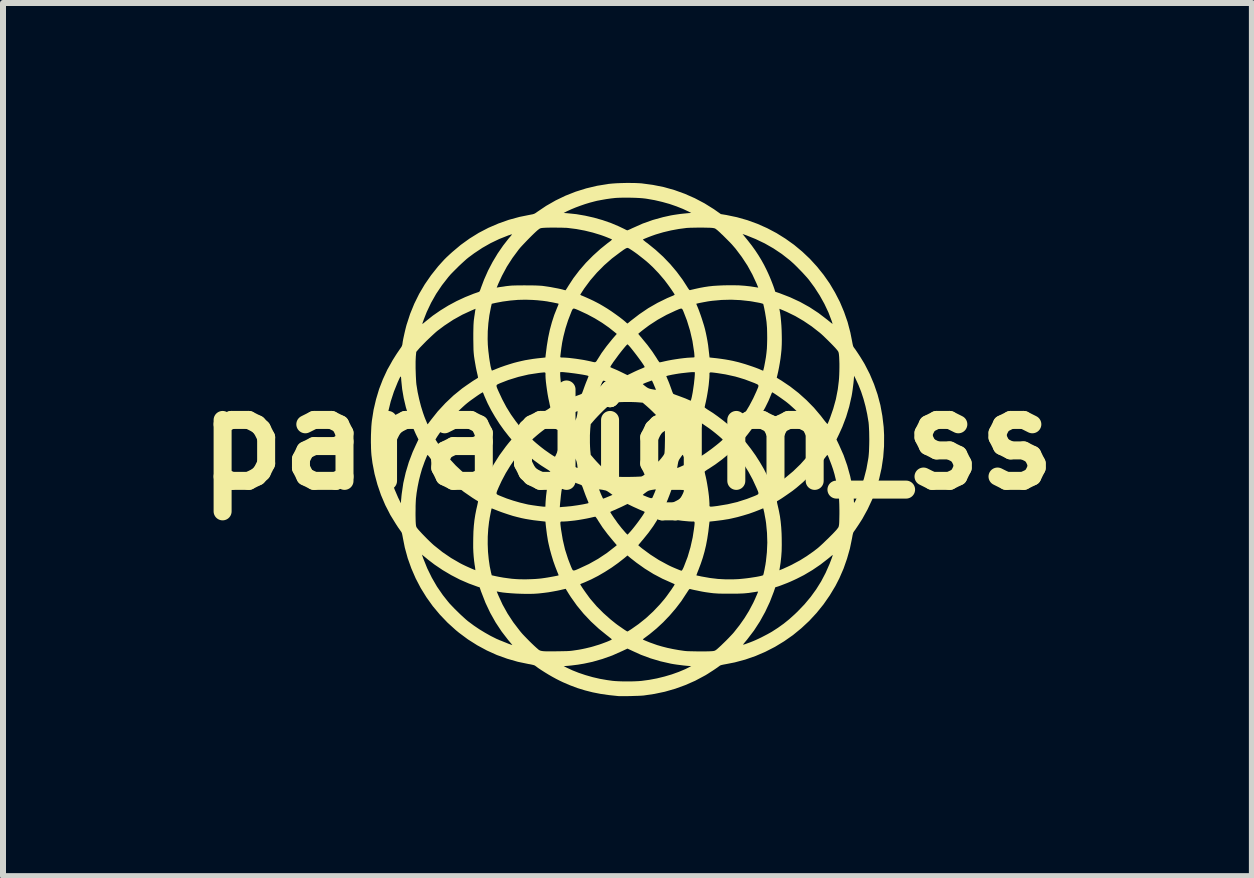
<source format=kicad_pcb>
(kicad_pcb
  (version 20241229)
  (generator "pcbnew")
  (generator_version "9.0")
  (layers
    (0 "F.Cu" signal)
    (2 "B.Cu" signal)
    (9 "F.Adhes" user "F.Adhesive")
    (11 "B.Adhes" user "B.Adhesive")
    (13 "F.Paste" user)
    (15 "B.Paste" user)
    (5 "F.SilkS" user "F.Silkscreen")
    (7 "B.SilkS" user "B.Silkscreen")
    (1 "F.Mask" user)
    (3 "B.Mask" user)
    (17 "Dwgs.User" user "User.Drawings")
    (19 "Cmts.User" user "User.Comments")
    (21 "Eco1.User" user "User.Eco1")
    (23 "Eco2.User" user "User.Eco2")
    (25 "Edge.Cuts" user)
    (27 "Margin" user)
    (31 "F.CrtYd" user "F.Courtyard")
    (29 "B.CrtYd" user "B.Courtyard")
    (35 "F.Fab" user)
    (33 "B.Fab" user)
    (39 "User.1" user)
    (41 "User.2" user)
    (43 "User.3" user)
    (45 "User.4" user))
  (footprint "paradigm_ss"
    (layer "F.Cu")
    (at 7.41 4.277)
    (property "Reference" "paradigm_ss" (at 0 0 0) (layer "F.SilkS") (effects (font (size 1.524 1.524) (thickness 0.3))))
    (attr board_only exclude_from_pos_files exclude_from_bom)
    (fp_poly (pts (xy 0.127 -4.276) (xy 0.196 -4.273) (xy 0.237 -4.27) (xy 0.423 -4.245) (xy 0.604 -4.209) (xy 0.782 -4.159) (xy 0.954 -4.097) (xy 1.122 -4.023) (xy 1.285 -3.937) (xy 1.442 -3.839) (xy 1.48 -3.812) (xy 1.557 -3.758) (xy 1.648 -3.743) (xy 1.825 -3.706) (xy 1.998 -3.657) (xy 2.166 -3.596) (xy 2.328 -3.524) (xy 2.485 -3.441) (xy 2.634 -3.348) (xy 2.777 -3.246) (xy 2.913 -3.133) (xy 3.04 -3.013) (xy 3.159 -2.883) (xy 3.269 -2.746) (xy 3.37 -2.602) (xy 3.46 -2.45) (xy 3.541 -2.293) (xy 3.61 -2.129) (xy 3.669 -1.96) (xy 3.715 -1.786) (xy 3.743 -1.645) (xy 3.75 -1.607) (xy 3.756 -1.579) (xy 3.761 -1.559) (xy 3.768 -1.544) (xy 3.776 -1.532) (xy 3.778 -1.529) (xy 3.799 -1.501) (xy 3.824 -1.464) (xy 3.852 -1.422) (xy 3.882 -1.376) (xy 3.91 -1.33) (xy 3.937 -1.286) (xy 3.955 -1.255) (xy 4.039 -1.091) (xy 4.11 -0.923) (xy 4.169 -0.751) (xy 4.216 -0.574) (xy 4.249 -0.393) (xy 4.271 -0.208) (xy 4.278 -0.073) (xy 4.277 0.112) (xy 4.263 0.295) (xy 4.236 0.476) (xy 4.196 0.654) (xy 4.144 0.828) (xy 4.08 0.998) (xy 4.003 1.163) (xy 3.915 1.323) (xy 3.858 1.412) (xy 3.836 1.445) (xy 3.815 1.476) (xy 3.797 1.503) (xy 3.783 1.522) (xy 3.778 1.529) (xy 3.77 1.541) (xy 3.763 1.554) (xy 3.758 1.572) (xy 3.752 1.597) (xy 3.746 1.631) (xy 3.743 1.647) (xy 3.708 1.817) (xy 3.66 1.986) (xy 3.602 2.152) (xy 3.532 2.313) (xy 3.467 2.44) (xy 3.372 2.598) (xy 3.267 2.749) (xy 3.153 2.89) (xy 3.03 3.023) (xy 2.898 3.146) (xy 2.759 3.26) (xy 2.612 3.363) (xy 2.459 3.456) (xy 2.299 3.538) (xy 2.134 3.609) (xy 1.964 3.668) (xy 1.789 3.715) (xy 1.647 3.743) (xy 1.608 3.75) (xy 1.58 3.756) (xy 1.56 3.761) (xy 1.545 3.767) (xy 1.533 3.775) (xy 1.529 3.778) (xy 1.502 3.798) (xy 1.467 3.822) (xy 1.427 3.849) (xy 1.383 3.877) (xy 1.34 3.905) (xy 1.299 3.93) (xy 1.284 3.938) (xy 1.129 4.021) (xy 0.965 4.093) (xy 0.797 4.154) (xy 0.623 4.204) (xy 0.447 4.241) (xy 0.27 4.267) (xy 0.245 4.269) (xy 0.21 4.271) (xy 0.167 4.273) (xy 0.119 4.274) (xy 0.068 4.276) (xy 0.016 4.277) (xy -0.034 4.277) (xy -0.079 4.278) (xy -0.117 4.277) (xy -0.147 4.277) (xy -0.16 4.276) (xy -0.31 4.26) (xy -0.449 4.24) (xy -0.581 4.214) (xy -0.707 4.182) (xy -0.831 4.144) (xy -0.954 4.098) (xy -1.073 4.047) (xy -1.128 4.021) (xy -1.189 3.99) (xy -1.253 3.955) (xy -1.317 3.918) (xy -1.379 3.88) (xy -1.437 3.843) (xy -1.488 3.809) (xy -1.528 3.779) (xy -1.531 3.777) (xy -1.063 3.777) (xy -1.015 3.802) (xy -0.919 3.847) (xy -0.813 3.889) (xy -0.7 3.927) (xy -0.581 3.961) (xy -0.46 3.989) (xy -0.339 4.01) (xy -0.245 4.023) (xy -0.196 4.027) (xy -0.137 4.03) (xy -0.072 4.032) (xy -0.003 4.032) (xy 0.066 4.032) (xy 0.131 4.03) (xy 0.19 4.027) (xy 0.237 4.023) (xy 0.363 4.006) (xy 0.491 3.982) (xy 0.617 3.951) (xy 0.739 3.915) (xy 0.856 3.873) (xy 0.963 3.828) (xy 1.015 3.802) (xy 1.063 3.777) (xy 1.03 3.775) (xy 0.989 3.772) (xy 0.939 3.767) (xy 0.884 3.76) (xy 0.828 3.753) (xy 0.774 3.745) (xy 0.728 3.737) (xy 0.723 3.736) (xy 0.551 3.697) (xy 0.386 3.648) (xy 0.224 3.588) (xy 0.092 3.528) (xy 0 3.485) (xy -0.092 3.528) (xy -0.254 3.6) (xy -0.417 3.658) (xy -0.585 3.706) (xy -0.725 3.736) (xy -0.773 3.744) (xy -0.826 3.753) (xy -0.883 3.76) (xy -0.938 3.767) (xy -0.988 3.772) (xy -1.029 3.775) (xy -1.03 3.775) (xy -1.063 3.777) (xy -1.531 3.777) (xy -1.541 3.77) (xy -1.554 3.763) (xy -1.572 3.758) (xy -1.597 3.752) (xy -1.631 3.745) (xy -1.646 3.743) (xy -1.828 3.705) (xy -2.005 3.654) (xy -2.177 3.592) (xy -2.343 3.517) (xy -2.504 3.43) (xy -2.659 3.332) (xy -2.807 3.222) (xy -2.862 3.177) (xy -3 3.052) (xy -3.127 2.919) (xy -3.245 2.778) (xy -3.351 2.63) (xy -3.447 2.475) (xy -3.531 2.314) (xy -3.603 2.148) (xy -3.664 1.977) (xy -3.68 1.918) (xy -3.427 1.918) (xy -3.404 1.983) (xy -3.338 2.147) (xy -3.262 2.302) (xy -3.176 2.451) (xy -3.078 2.593) (xy -2.995 2.698) (xy -2.965 2.734) (xy -2.926 2.775) (xy -2.882 2.821) (xy -2.834 2.868) (xy -2.786 2.915) (xy -2.738 2.959) (xy -2.695 2.998) (xy -2.657 3.03) (xy -2.646 3.038) (xy -2.56 3.102) (xy -2.468 3.164) (xy -2.374 3.221) (xy -2.282 3.273) (xy -2.194 3.317) (xy -2.18 3.324) (xy -2.158 3.333) (xy -2.129 3.346) (xy -2.095 3.359) (xy -2.059 3.374) (xy -2.023 3.388) (xy -1.989 3.402) (xy -1.96 3.413) (xy -1.937 3.421) (xy -1.923 3.426) (xy -1.921 3.426) (xy -1.922 3.422) (xy -1.928 3.415) (xy -1.935 3.406) (xy -1.95 3.388) (xy -1.968 3.366) (xy -1.987 3.344) (xy -2.098 3.2) (xy -2.198 3.049) (xy -2.288 2.889) (xy -2.367 2.722) (xy -2.435 2.547) (xy -2.439 2.537) (xy -2.441 2.532) (xy -2.18 2.532) (xy -2.153 2.597) (xy -2.082 2.752) (xy -1.999 2.901) (xy -1.904 3.046) (xy -1.796 3.187) (xy -1.775 3.213) (xy -1.749 3.243) (xy -1.715 3.279) (xy -1.676 3.319) (xy -1.635 3.361) (xy -1.593 3.402) (xy -1.553 3.44) (xy -1.518 3.472) (xy -1.497 3.49) (xy -1.485 3.501) (xy -1.473 3.509) (xy -1.46 3.516) (xy -1.446 3.521) (xy -1.427 3.525) (xy -1.405 3.528) (xy -1.375 3.53) (xy -1.338 3.531) (xy -1.292 3.531) (xy -1.236 3.531) (xy -1.173 3.53) (xy -1.109 3.529) (xy -1.055 3.528) (xy -1.01 3.527) (xy -0.972 3.525) (xy -0.938 3.522) (xy -0.907 3.518) (xy -0.88 3.514) (xy -0.813 3.504) (xy -0.754 3.493) (xy -0.698 3.481) (xy -0.64 3.467) (xy -0.61 3.46) (xy -0.568 3.448) (xy -0.523 3.434) (xy -0.476 3.42) (xy -0.43 3.404) (xy -0.387 3.388) (xy -0.347 3.373) (xy -0.313 3.359) (xy -0.286 3.347) (xy -0.268 3.338) (xy -0.263 3.333) (xy 0.257 3.333) (xy 0.257 3.334) (xy 0.264 3.338) (xy 0.282 3.346) (xy 0.308 3.357) (xy 0.34 3.37) (xy 0.375 3.384) (xy 0.412 3.397) (xy 0.448 3.41) (xy 0.482 3.422) (xy 0.493 3.426) (xy 0.575 3.45) (xy 0.665 3.473) (xy 0.76 3.493) (xy 0.855 3.51) (xy 0.945 3.523) (xy 0.973 3.526) (xy 1 3.528) (xy 1.036 3.529) (xy 1.081 3.53) (xy 1.131 3.531) (xy 1.185 3.532) (xy 1.238 3.532) (xy 1.289 3.532) (xy 1.335 3.531) (xy 1.374 3.53) (xy 1.403 3.528) (xy 1.411 3.528) (xy 1.436 3.525) (xy 1.455 3.52) (xy 1.471 3.511) (xy 1.49 3.497) (xy 1.498 3.49) (xy 1.528 3.463) (xy 1.565 3.429) (xy 1.579 3.415) (xy 1.927 3.415) (xy 1.928 3.419) (xy 1.94 3.417) (xy 1.963 3.411) (xy 1.997 3.398) (xy 2.044 3.381) (xy 2.097 3.36) (xy 2.134 3.344) (xy 2.18 3.323) (xy 2.23 3.299) (xy 2.282 3.272) (xy 2.332 3.246) (xy 2.377 3.221) (xy 2.407 3.204) (xy 2.509 3.138) (xy 2.604 3.07) (xy 2.696 2.996) (xy 2.788 2.913) (xy 2.836 2.867) (xy 2.951 2.747) (xy 3.054 2.624) (xy 3.146 2.497) (xy 3.229 2.364) (xy 3.303 2.223) (xy 3.369 2.073) (xy 3.404 1.981) (xy 3.414 1.952) (xy 3.42 1.934) (xy 3.42 1.926) (xy 3.417 1.926) (xy 3.415 1.927) (xy 3.406 1.935) (xy 3.389 1.949) (xy 3.366 1.968) (xy 3.34 1.989) (xy 3.339 1.99) (xy 3.215 2.086) (xy 3.081 2.177) (xy 2.941 2.26) (xy 2.823 2.32) (xy 2.774 2.343) (xy 2.719 2.368) (xy 2.662 2.392) (xy 2.605 2.414) (xy 2.553 2.434) (xy 2.508 2.45) (xy 2.494 2.454) (xy 2.464 2.463) (xy 2.439 2.537) (xy 2.373 2.708) (xy 2.295 2.874) (xy 2.207 3.033) (xy 2.109 3.184) (xy 2.001 3.326) (xy 1.99 3.34) (xy 1.969 3.365) (xy 1.95 3.388) (xy 1.935 3.406) (xy 1.927 3.415) (xy 1.927 3.415) (xy 1.579 3.415) (xy 1.605 3.39) (xy 1.647 3.349) (xy 1.688 3.307) (xy 1.725 3.268) (xy 1.757 3.234) (xy 1.775 3.213) (xy 1.868 3.095) (xy 1.951 2.977) (xy 2.025 2.857) (xy 2.08 2.753) (xy 2.096 2.723) (xy 2.112 2.689) (xy 2.128 2.654) (xy 2.143 2.619) (xy 2.157 2.588) (xy 2.167 2.563) (xy 2.175 2.544) (xy 2.177 2.535) (xy 2.177 2.535) (xy 2.17 2.535) (xy 2.153 2.537) (xy 2.129 2.541) (xy 2.116 2.543) (xy 2.068 2.55) (xy 2.024 2.557) (xy 1.982 2.561) (xy 1.939 2.565) (xy 1.892 2.567) (xy 1.84 2.569) (xy 1.779 2.57) (xy 1.708 2.57) (xy 1.703 2.57) (xy 1.633 2.57) (xy 1.573 2.569) (xy 1.521 2.568) (xy 1.475 2.565) (xy 1.432 2.562) (xy 1.39 2.557) (xy 1.346 2.551) (xy 1.297 2.544) (xy 1.273 2.54) (xy 1.24 2.534) (xy 1.2 2.526) (xy 1.158 2.517) (xy 1.117 2.509) (xy 1.081 2.501) (xy 1.052 2.494) (xy 1.041 2.491) (xy 1.034 2.493) (xy 1.023 2.504) (xy 1.009 2.524) (xy 0.989 2.555) (xy 0.977 2.573) (xy 0.897 2.695) (xy 0.805 2.815) (xy 0.704 2.933) (xy 0.597 3.045) (xy 0.484 3.15) (xy 0.369 3.245) (xy 0.295 3.3) (xy 0.276 3.314) (xy 0.262 3.326) (xy 0.257 3.333) (xy -0.263 3.333) (xy -0.261 3.331) (xy -0.261 3.33) (xy -0.267 3.324) (xy -0.282 3.312) (xy -0.303 3.295) (xy -0.329 3.274) (xy -0.34 3.266) (xy -0.478 3.154) (xy -0.609 3.033) (xy -0.731 2.904) (xy -0.843 2.768) (xy -0.944 2.626) (xy -0.982 2.567) (xy -0.999 2.539) (xy -1.014 2.515) (xy -1.024 2.498) (xy -1.029 2.489) (xy -1.03 2.489) (xy -1.036 2.49) (xy -1.053 2.494) (xy -1.077 2.499) (xy -1.107 2.506) (xy -1.11 2.507) (xy -1.171 2.52) (xy -1.241 2.533) (xy -1.315 2.546) (xy -1.391 2.556) (xy -1.463 2.564) (xy -1.493 2.567) (xy -1.554 2.571) (xy -1.624 2.573) (xy -1.7 2.573) (xy -1.779 2.571) (xy -1.858 2.568) (xy -1.936 2.563) (xy -2.01 2.557) (xy -2.077 2.55) (xy -2.134 2.541) (xy -2.158 2.536) (xy -2.18 2.532) (xy -2.441 2.532) (xy -2.464 2.464) (xy -2.494 2.455) (xy -2.606 2.414) (xy -0.787 2.414) (xy -0.783 2.423) (xy -0.772 2.44) (xy -0.757 2.464) (xy -0.737 2.494) (xy -0.714 2.527) (xy -0.69 2.561) (xy -0.665 2.595) (xy -0.642 2.627) (xy -0.621 2.655) (xy -0.61 2.668) (xy -0.511 2.783) (xy -0.4 2.894) (xy -0.282 2.999) (xy -0.196 3.068) (xy -0.168 3.089) (xy -0.137 3.111) (xy -0.105 3.133) (xy -0.075 3.154) (xy -0.047 3.173) (xy -0.024 3.188) (xy -0.008 3.197) (xy -0.001 3.2) (xy 0.006 3.197) (xy 0.022 3.188) (xy 0.043 3.174) (xy 0.057 3.166) (xy 0.184 3.077) (xy 0.309 2.977) (xy 0.428 2.867) (xy 0.54 2.749) (xy 0.614 2.662) (xy 0.636 2.634) (xy 0.66 2.602) (xy 0.685 2.567) (xy 0.71 2.532) (xy 0.734 2.499) (xy 0.754 2.468) (xy 0.771 2.443) (xy 0.782 2.424) (xy 0.787 2.415) (xy 0.787 2.414) (xy 0.781 2.41) (xy 0.766 2.402) (xy 0.743 2.392) (xy 0.732 2.387) (xy 0.582 2.32) (xy 0.476 2.264) (xy 1.149 2.264) (xy 1.149 2.264) (xy 1.155 2.266) (xy 1.173 2.27) (xy 1.198 2.275) (xy 1.229 2.282) (xy 1.234 2.283) (xy 1.375 2.308) (xy 1.51 2.324) (xy 1.642 2.331) (xy 1.774 2.33) (xy 1.847 2.327) (xy 1.893 2.323) (xy 1.943 2.318) (xy 1.995 2.312) (xy 2.047 2.305) (xy 2.098 2.297) (xy 2.144 2.29) (xy 2.186 2.282) (xy 2.22 2.275) (xy 2.245 2.268) (xy 2.259 2.263) (xy 2.261 2.262) (xy 2.265 2.252) (xy 2.271 2.231) (xy 2.277 2.202) (xy 2.285 2.166) (xy 2.292 2.126) (xy 2.3 2.085) (xy 2.306 2.043) (xy 2.307 2.04) (xy 2.324 1.88) (xy 2.331 1.718) (xy 2.326 1.556) (xy 2.311 1.397) (xy 2.307 1.369) (xy 2.302 1.336) (xy 2.295 1.299) (xy 2.288 1.262) (xy 2.282 1.226) (xy 2.275 1.194) (xy 2.269 1.169) (xy 2.265 1.153) (xy 2.263 1.148) (xy 2.257 1.149) (xy 2.241 1.155) (xy 2.218 1.165) (xy 2.198 1.173) (xy 2.116 1.205) (xy 2.026 1.237) (xy 1.93 1.266) (xy 1.833 1.293) (xy 1.739 1.315) (xy 1.687 1.326) (xy 1.642 1.333) (xy 1.587 1.342) (xy 1.525 1.35) (xy 1.461 1.358) (xy 1.405 1.364) (xy 1.368 1.368) (xy 1.363 1.405) (xy 1.348 1.535) (xy 1.33 1.654) (xy 1.309 1.765) (xy 1.284 1.87) (xy 1.255 1.972) (xy 1.221 2.073) (xy 1.182 2.176) (xy 1.179 2.183) (xy 1.167 2.213) (xy 1.158 2.238) (xy 1.151 2.256) (xy 1.149 2.264) (xy 0.476 2.264) (xy 0.434 2.242) (xy 0.289 2.152) (xy 0.151 2.054) (xy 0.055 1.979) (xy 0 1.933) (xy -0.055 1.979) (xy -0.156 2.058) (xy -0.264 2.135) (xy -0.377 2.207) (xy -0.49 2.273) (xy -0.603 2.331) (xy -0.713 2.38) (xy -0.755 2.397) (xy -0.773 2.404) (xy -0.785 2.411) (xy -0.787 2.414) (xy -2.606 2.414) (xy -2.642 2.401) (xy -2.792 2.336) (xy -2.939 2.26) (xy -3.081 2.176) (xy -3.216 2.085) (xy -3.326 2.001) (xy -3.352 1.979) (xy -3.377 1.959) (xy -3.396 1.943) (xy -3.408 1.934) (xy -3.427 1.918) (xy -3.68 1.918) (xy -3.712 1.801) (xy -3.743 1.645) (xy -3.75 1.607) (xy -3.756 1.579) (xy -3.761 1.559) (xy -3.768 1.544) (xy -3.776 1.532) (xy -3.778 1.529) (xy -3.789 1.514) (xy -3.805 1.491) (xy -3.825 1.463) (xy -3.846 1.43) (xy -3.858 1.412) (xy -3.954 1.256) (xy -3.975 1.214) (xy -3.533 1.214) (xy -3.533 1.268) (xy -3.532 1.319) (xy -3.531 1.363) (xy -3.529 1.398) (xy -3.528 1.411) (xy -3.525 1.435) (xy -3.521 1.452) (xy -3.513 1.468) (xy -3.499 1.486) (xy -3.487 1.501) (xy -3.458 1.533) (xy -3.423 1.571) (xy -3.382 1.613) (xy -3.34 1.656) (xy -3.298 1.697) (xy -3.26 1.733) (xy -3.227 1.763) (xy -3.223 1.766) (xy -3.085 1.876) (xy -2.94 1.975) (xy -2.788 2.063) (xy -2.753 2.081) (xy -2.728 2.093) (xy -2.697 2.108) (xy -2.664 2.123) (xy -2.63 2.138) (xy -2.599 2.152) (xy -2.571 2.164) (xy -2.55 2.172) (xy -2.538 2.177) (xy -2.535 2.177) (xy -2.536 2.171) (xy -2.538 2.154) (xy -2.541 2.128) (xy -2.546 2.097) (xy -2.547 2.093) (xy -2.557 2.019) (xy -2.564 1.948) (xy -2.569 1.878) (xy -2.572 1.805) (xy -2.572 1.744) (xy -2.33 1.744) (xy -2.325 1.872) (xy -2.313 1.996) (xy -2.296 2.114) (xy -2.273 2.224) (xy -2.271 2.23) (xy -2.263 2.263) (xy -2.196 2.278) (xy -2.137 2.29) (xy -2.069 2.302) (xy -1.997 2.312) (xy -1.927 2.321) (xy -1.865 2.326) (xy -1.811 2.329) (xy -1.749 2.33) (xy -1.68 2.33) (xy -1.61 2.328) (xy -1.542 2.325) (xy -1.479 2.32) (xy -1.44 2.316) (xy -1.411 2.312) (xy -1.376 2.307) (xy -1.337 2.301) (xy -1.296 2.294) (xy -1.257 2.287) (xy -1.22 2.28) (xy -1.189 2.274) (xy -1.165 2.269) (xy -1.151 2.265) (xy -1.148 2.264) (xy -1.15 2.257) (xy -1.155 2.241) (xy -1.165 2.218) (xy -1.173 2.198) (xy -1.205 2.116) (xy -1.237 2.026) (xy -1.266 1.93) (xy -1.293 1.833) (xy -1.315 1.739) (xy -1.326 1.687) (xy -1.333 1.642) (xy -1.342 1.587) (xy -1.35 1.525) (xy -1.358 1.461) (xy -1.364 1.405) (xy -1.365 1.389) (xy -1.119 1.389) (xy -1.118 1.409) (xy -1.115 1.438) (xy -1.11 1.478) (xy -1.107 1.501) (xy -1.079 1.67) (xy -1.041 1.833) (xy -0.99 1.992) (xy -0.942 2.116) (xy -0.93 2.144) (xy -0.92 2.165) (xy -0.911 2.178) (xy -0.9 2.183) (xy -0.884 2.182) (xy -0.862 2.175) (xy -0.831 2.162) (xy -0.804 2.15) (xy -0.643 2.075) (xy -0.49 1.989) (xy -0.344 1.892) (xy -0.204 1.783) (xy -0.197 1.777) (xy -0.179 1.762) (xy 0.18 1.762) (xy 0.185 1.767) (xy 0.198 1.778) (xy 0.218 1.795) (xy 0.241 1.814) (xy 0.379 1.916) (xy 0.522 2.008) (xy 0.662 2.084) (xy 0.697 2.102) (xy 0.735 2.12) (xy 0.774 2.137) (xy 0.812 2.153) (xy 0.846 2.167) (xy 0.873 2.178) (xy 0.893 2.185) (xy 0.901 2.186) (xy 0.908 2.182) (xy 0.918 2.167) (xy 0.931 2.141) (xy 0.942 2.115) (xy 1.003 1.956) (xy 1.05 1.796) (xy 1.087 1.631) (xy 1.107 1.501) (xy 1.113 1.456) (xy 1.117 1.422) (xy 1.119 1.398) (xy 1.119 1.382) (xy 1.115 1.372) (xy 1.109 1.368) (xy 1.098 1.366) (xy 1.084 1.367) (xy 1.075 1.367) (xy 1.029 1.365) (xy 0.973 1.36) (xy 0.909 1.354) (xy 0.842 1.345) (xy 0.773 1.334) (xy 0.705 1.322) (xy 0.642 1.309) (xy 0.614 1.303) (xy 0.585 1.296) (xy 0.56 1.291) (xy 0.543 1.287) (xy 0.537 1.287) (xy 0.53 1.292) (xy 0.518 1.306) (xy 0.504 1.327) (xy 0.499 1.335) (xy 0.431 1.442) (xy 0.351 1.553) (xy 0.259 1.667) (xy 0.238 1.691) (xy 0.217 1.717) (xy 0.199 1.738) (xy 0.186 1.754) (xy 0.18 1.762) (xy 0.18 1.762) (xy -0.179 1.762) (xy -0.178 1.761) (xy -0.237 1.692) (xy -0.331 1.578) (xy -0.415 1.466) (xy -0.486 1.357) (xy -0.499 1.335) (xy -0.514 1.313) (xy -0.526 1.296) (xy -0.535 1.287) (xy -0.537 1.287) (xy -0.547 1.288) (xy -0.566 1.292) (xy -0.593 1.298) (xy -0.614 1.303) (xy -0.675 1.316) (xy -0.74 1.328) (xy -0.809 1.34) (xy -0.878 1.35) (xy -0.943 1.357) (xy -1.003 1.363) (xy -1.055 1.366) (xy -1.075 1.367) (xy -1.092 1.366) (xy -1.104 1.367) (xy -1.113 1.37) (xy -1.117 1.377) (xy -1.119 1.389) (xy -1.365 1.389) (xy -1.368 1.368) (xy -1.402 1.364) (xy -1.49 1.354) (xy -1.567 1.345) (xy -1.637 1.334) (xy -1.702 1.323) (xy -1.765 1.31) (xy -1.83 1.294) (xy -1.835 1.293) (xy -1.911 1.273) (xy -1.993 1.247) (xy -2.076 1.219) (xy -2.104 1.209) (xy -0.287 1.209) (xy -0.283 1.217) (xy -0.273 1.234) (xy -0.258 1.257) (xy -0.239 1.286) (xy -0.218 1.317) (xy -0.195 1.348) (xy -0.174 1.379) (xy -0.154 1.406) (xy -0.148 1.413) (xy -0.123 1.445) (xy -0.098 1.477) (xy -0.072 1.507) (xy -0.048 1.535) (xy -0.028 1.558) (xy -0.011 1.575) (xy -0.001 1.584) (xy 0.001 1.585) (xy 0.007 1.58) (xy 0.02 1.566) (xy 0.037 1.547) (xy 0.05 1.533) (xy 0.074 1.505) (xy 0.101 1.472) (xy 0.13 1.435) (xy 0.16 1.396) (xy 0.189 1.357) (xy 0.216 1.319) (xy 0.241 1.284) (xy 0.261 1.254) (xy 0.276 1.23) (xy 0.285 1.214) (xy 0.287 1.208) (xy 0.281 1.203) (xy 0.266 1.195) (xy 0.244 1.186) (xy 0.238 1.184) (xy 0.215 1.174) (xy 0.183 1.16) (xy 0.146 1.143) (xy 0.108 1.126) (xy 0.095 1.12) (xy 0 1.074) (xy -0.095 1.12) (xy -0.132 1.137) (xy -0.17 1.154) (xy -0.204 1.17) (xy -0.231 1.181) (xy -0.238 1.184) (xy -0.261 1.194) (xy -0.278 1.202) (xy -0.286 1.208) (xy -0.287 1.209) (xy -2.104 1.209) (xy -2.155 1.19) (xy -2.18 1.18) (xy -2.21 1.168) (xy -2.236 1.158) (xy -2.254 1.151) (xy -2.263 1.148) (xy -2.264 1.148) (xy -2.267 1.156) (xy -2.271 1.175) (xy -2.277 1.202) (xy -2.283 1.234) (xy -2.29 1.27) (xy -2.297 1.307) (xy -2.302 1.342) (xy -2.307 1.368) (xy -2.321 1.489) (xy -2.329 1.616) (xy -2.33 1.744) (xy -2.572 1.744) (xy -2.572 1.726) (xy -2.571 1.642) (xy -2.568 1.534) (xy -2.561 1.435) (xy -2.551 1.343) (xy -2.537 1.253) (xy -2.519 1.162) (xy -2.511 1.128) (xy -1.128 1.128) (xy -1.079 1.123) (xy -1.05 1.121) (xy -1.014 1.118) (xy -0.976 1.114) (xy -0.96 1.113) (xy -0.924 1.109) (xy -0.883 1.103) (xy -0.84 1.097) (xy -0.797 1.09) (xy -0.755 1.083) (xy -0.718 1.076) (xy -0.686 1.069) (xy -0.663 1.064) (xy -0.651 1.059) (xy -0.65 1.059) (xy 0.65 1.059) (xy 0.659 1.063) (xy 0.68 1.068) (xy 0.71 1.074) (xy 0.747 1.081) (xy 0.789 1.088) (xy 0.834 1.096) (xy 0.88 1.102) (xy 0.926 1.109) (xy 0.968 1.114) (xy 1.006 1.118) (xy 1.017 1.119) (xy 1.057 1.123) (xy 1.087 1.125) (xy 1.106 1.125) (xy 1.118 1.125) (xy 1.124 1.123) (xy 1.126 1.12) (xy 1.127 1.118) (xy 1.125 1.09) (xy 1.123 1.054) (xy 1.118 1.011) (xy 1.113 0.963) (xy 1.106 0.914) (xy 1.1 0.863) (xy 1.092 0.814) (xy 1.085 0.768) (xy 1.078 0.727) (xy 1.071 0.693) (xy 1.065 0.667) (xy 1.06 0.652) (xy 1.058 0.65) (xy 1.051 0.651) (xy 1.035 0.656) (xy 1.012 0.666) (xy 0.996 0.672) (xy 0.965 0.685) (xy 0.927 0.7) (xy 0.886 0.715) (xy 0.853 0.727) (xy 0.822 0.738) (xy 0.794 0.748) (xy 0.774 0.757) (xy 0.763 0.762) (xy 0.763 0.763) (xy 0.758 0.771) (xy 0.75 0.79) (xy 0.74 0.817) (xy 0.729 0.848) (xy 0.727 0.853) (xy 0.713 0.892) (xy 0.698 0.932) (xy 0.683 0.97) (xy 0.673 0.996) (xy 0.662 1.022) (xy 0.654 1.043) (xy 0.65 1.056) (xy 0.65 1.059) (xy -0.65 1.059) (xy -0.649 1.058) (xy -0.651 1.051) (xy -0.656 1.035) (xy -0.666 1.012) (xy -0.672 0.996) (xy -0.685 0.965) (xy -0.7 0.927) (xy -0.715 0.886) (xy -0.727 0.853) (xy -0.735 0.831) (xy -0.473 0.831) (xy -0.471 0.839) (xy -0.464 0.855) (xy -0.455 0.878) (xy -0.445 0.903) (xy -0.434 0.928) (xy -0.424 0.95) (xy -0.417 0.965) (xy -0.416 0.968) (xy -0.406 0.986) (xy -0.365 0.971) (xy -0.336 0.959) (xy -0.305 0.946) (xy -0.287 0.939) (xy -0.254 0.924) (xy 0.255 0.924) (xy 0.264 0.929) (xy 0.281 0.937) (xy 0.304 0.946) (xy 0.33 0.957) (xy 0.357 0.967) (xy 0.38 0.975) (xy 0.398 0.981) (xy 0.407 0.983) (xy 0.407 0.983) (xy 0.412 0.976) (xy 0.42 0.959) (xy 0.431 0.935) (xy 0.443 0.907) (xy 0.455 0.879) (xy 0.464 0.855) (xy 0.471 0.839) (xy 0.473 0.832) (xy 0.467 0.832) (xy 0.451 0.833) (xy 0.427 0.837) (xy 0.411 0.839) (xy 0.381 0.845) (xy 0.358 0.851) (xy 0.339 0.86) (xy 0.318 0.873) (xy 0.301 0.886) (xy 0.28 0.901) (xy 0.264 0.914) (xy 0.256 0.923) (xy 0.255 0.924) (xy -0.254 0.924) (xy -0.25 0.922) (xy -0.3 0.886) (xy -0.325 0.869) (xy -0.345 0.857) (xy -0.364 0.849) (xy -0.389 0.844) (xy -0.411 0.839) (xy -0.438 0.835) (xy -0.459 0.832) (xy -0.471 0.831) (xy -0.473 0.831) (xy -0.735 0.831) (xy -0.738 0.822) (xy -0.748 0.794) (xy -0.757 0.774) (xy -0.762 0.763) (xy -0.763 0.763) (xy -0.771 0.758) (xy -0.79 0.75) (xy -0.817 0.74) (xy -0.848 0.729) (xy -0.853 0.727) (xy -0.892 0.713) (xy -0.932 0.698) (xy -0.97 0.683) (xy -0.996 0.672) (xy -1.022 0.661) (xy -1.042 0.653) (xy -1.054 0.648) (xy -1.057 0.647) (xy -1.06 0.653) (xy -1.064 0.67) (xy -1.07 0.694) (xy -1.076 0.725) (xy -1.083 0.759) (xy -1.089 0.793) (xy -1.093 0.813) (xy -1.102 0.872) (xy -1.11 0.935) (xy -1.117 1.006) (xy -1.124 1.075) (xy -1.128 1.128) (xy -2.511 1.128) (xy -2.504 1.097) (xy -2.498 1.069) (xy -2.493 1.046) (xy -2.492 1.032) (xy -2.492 1.028) (xy -2.499 1.024) (xy -2.516 1.014) (xy -2.539 1) (xy -2.567 0.982) (xy -2.586 0.97) (xy -2.686 0.901) (xy -2.183 0.901) (xy -2.176 0.912) (xy -2.163 0.922) (xy -2.142 0.931) (xy -2.113 0.943) (xy -2.012 0.983) (xy -1.904 1.019) (xy -1.793 1.051) (xy -1.685 1.077) (xy -1.654 1.084) (xy -1.623 1.089) (xy -1.586 1.095) (xy -1.545 1.101) (xy -1.503 1.107) (xy -1.463 1.112) (xy -1.429 1.116) (xy -1.402 1.119) (xy -1.393 1.119) (xy -1.369 1.12) (xy -1.365 1.038) (xy -1.357 0.941) (xy -1.344 0.837) (xy -1.327 0.732) (xy -1.307 0.631) (xy -1.303 0.614) (xy -1.296 0.585) (xy -1.291 0.56) (xy -1.287 0.543) (xy -1.287 0.537) (xy -1.292 0.53) (xy -1.306 0.518) (xy -1.327 0.504) (xy -1.335 0.499) (xy -1.443 0.43) (xy -1.474 0.408) (xy -0.981 0.408) (xy -0.981 0.408) (xy -0.973 0.413) (xy -0.956 0.421) (xy -0.933 0.431) (xy -0.907 0.443) (xy -0.881 0.454) (xy -0.858 0.464) (xy -0.841 0.471) (xy -0.833 0.473) (xy -0.832 0.467) (xy -0.834 0.451) (xy -0.837 0.427) (xy -0.839 0.411) (xy -0.845 0.381) (xy -0.851 0.358) (xy -0.86 0.339) (xy -0.873 0.318) (xy -0.886 0.301) (xy -0.901 0.28) (xy -0.914 0.264) (xy -0.923 0.256) (xy -0.924 0.255) (xy -0.93 0.264) (xy -0.938 0.282) (xy -0.947 0.306) (xy -0.957 0.333) (xy -0.967 0.359) (xy -0.975 0.382) (xy -0.98 0.4) (xy -0.981 0.408) (xy -1.474 0.408) (xy -1.555 0.349) (xy -1.67 0.257) (xy -1.692 0.237) (xy -1.762 0.178) (xy -1.781 0.2) (xy -1.868 0.312) (xy -1.951 0.433) (xy -2.029 0.56) (xy -2.098 0.69) (xy -2.147 0.796) (xy -2.164 0.836) (xy -2.176 0.865) (xy -2.182 0.886) (xy -2.183 0.901) (xy -2.686 0.901) (xy -2.731 0.87) (xy -2.87 0.76) (xy -3.002 0.64) (xy -3.125 0.512) (xy -3.237 0.378) (xy -3.282 0.319) (xy -3.3 0.294) (xy -3.316 0.274) (xy -3.328 0.261) (xy -3.334 0.257) (xy -3.334 0.257) (xy -3.338 0.264) (xy -3.346 0.282) (xy -3.357 0.308) (xy -3.37 0.34) (xy -3.384 0.375) (xy -3.397 0.412) (xy -3.41 0.448) (xy -3.422 0.481) (xy -3.426 0.493) (xy -3.452 0.584) (xy -3.477 0.683) (xy -3.498 0.787) (xy -3.515 0.89) (xy -3.526 0.983) (xy -3.528 1.014) (xy -3.53 1.056) (xy -3.532 1.105) (xy -3.532 1.159) (xy -3.533 1.214) (xy -3.975 1.214) (xy -4.037 1.094) (xy -4.109 0.925) (xy -4.168 0.752) (xy -4.216 0.574) (xy -4.251 0.392) (xy -4.268 0.26) (xy -4.272 0.207) (xy -4.275 0.145) (xy -4.276 0.075) (xy -4.277 0.058) (xy -4.032 0.058) (xy -4.031 0.118) (xy -4.029 0.171) (xy -4.027 0.202) (xy -4.007 0.363) (xy -3.975 0.523) (xy -3.934 0.678) (xy -3.883 0.829) (xy -3.822 0.971) (xy -3.811 0.993) (xy -3.777 1.063) (xy -3.775 1.03) (xy -3.774 1.011) (xy -3.771 0.982) (xy -3.768 0.947) (xy -3.764 0.91) (xy -3.763 0.903) (xy -3.737 0.726) (xy -3.697 0.551) (xy -3.645 0.377) (xy -3.58 0.206) (xy -3.528 0.092) (xy -3.485 0.000055) (xy -3.201 0.000055) (xy -3.166 0.055) (xy -3.076 0.186) (xy -2.974 0.313) (xy -2.862 0.434) (xy -2.741 0.547) (xy -2.614 0.652) (xy -2.491 0.739) (xy -2.464 0.757) (xy -2.44 0.772) (xy -2.423 0.782) (xy -2.414 0.787) (xy -2.414 0.787) (xy -2.409 0.781) (xy -2.402 0.766) (xy -2.392 0.743) (xy -2.387 0.732) (xy -2.314 0.57) (xy -2.229 0.412) (xy -2.133 0.26) (xy -2.026 0.114) (xy -1.979 0.055) (xy -1.933 0) (xy -1.587 0) (xy -1.582 0.006) (xy -1.568 0.019) (xy -1.548 0.037) (xy -1.523 0.059) (xy -1.494 0.083) (xy -1.465 0.107) (xy -1.435 0.131) (xy -1.413 0.148) (xy -1.386 0.169) (xy -1.355 0.191) (xy -1.322 0.214) (xy -1.291 0.236) (xy -1.262 0.255) (xy -1.237 0.271) (xy -1.219 0.282) (xy -1.21 0.286) (xy -1.21 0.286) (xy -1.205 0.281) (xy -1.196 0.265) (xy -1.186 0.242) (xy -1.177 0.222) (xy -1.163 0.188) (xy -1.145 0.149) (xy -1.127 0.108) (xy -1.112 0.078) (xy -1.074 0.000301) (xy -1.078 -0.008) (xy -0.626 -0.008) (xy -0.626 0.057) (xy -0.624 0.118) (xy -0.621 0.172) (xy -0.62 0.182) (xy -0.613 0.255) (xy -0.561 0.316) (xy -0.519 0.363) (xy -0.47 0.415) (xy -0.418 0.467) (xy -0.366 0.517) (xy -0.318 0.56) (xy -0.312 0.565) (xy -0.255 0.613) (xy -0.196 0.62) (xy -0.173 0.621) (xy -0.14 0.622) (xy -0.099 0.623) (xy -0.053 0.623) (xy -0.005 0.623) (xy 0.045 0.623) (xy 0.094 0.622) (xy 0.139 0.621) (xy 0.178 0.619) (xy 0.209 0.618) (xy 0.23 0.616) (xy 0.235 0.615) (xy 0.253 0.607) (xy 0.277 0.591) (xy 0.308 0.567) (xy 0.343 0.537) (xy 0.343 0.537) (xy 1.287 0.537) (xy 1.288 0.547) (xy 1.292 0.566) (xy 1.298 0.593) (xy 1.304 0.617) (xy 1.317 0.677) (xy 1.329 0.743) (xy 1.34 0.811) (xy 1.35 0.88) (xy 1.358 0.946) (xy 1.363 1.006) (xy 1.366 1.057) (xy 1.367 1.075) (xy 1.366 1.092) (xy 1.367 1.104) (xy 1.37 1.113) (xy 1.377 1.117) (xy 1.389 1.119) (xy 1.409 1.118) (xy 1.438 1.115) (xy 1.478 1.11) (xy 1.501 1.107) (xy 1.67 1.079) (xy 1.833 1.041) (xy 1.85 1.035) (xy 2.492 1.035) (xy 2.494 1.052) (xy 2.499 1.076) (xy 2.504 1.097) (xy 2.525 1.19) (xy 2.542 1.28) (xy 2.554 1.37) (xy 2.563 1.464) (xy 2.569 1.565) (xy 2.571 1.642) (xy 2.572 1.755) (xy 2.57 1.859) (xy 2.563 1.956) (xy 2.553 2.048) (xy 2.539 2.139) (xy 2.536 2.158) (xy 2.532 2.18) (xy 2.598 2.153) (xy 2.628 2.139) (xy 2.666 2.122) (xy 2.707 2.103) (xy 2.748 2.083) (xy 2.76 2.076) (xy 2.876 2.014) (xy 2.988 1.944) (xy 3.098 1.867) (xy 3.167 1.814) (xy 3.192 1.793) (xy 3.224 1.764) (xy 3.262 1.729) (xy 3.302 1.69) (xy 3.344 1.65) (xy 3.385 1.609) (xy 3.423 1.571) (xy 3.456 1.536) (xy 3.482 1.508) (xy 3.49 1.498) (xy 3.507 1.476) (xy 3.518 1.46) (xy 3.523 1.442) (xy 3.527 1.419) (xy 3.528 1.411) (xy 3.53 1.381) (xy 3.531 1.341) (xy 3.532 1.293) (xy 3.533 1.24) (xy 3.533 1.185) (xy 3.532 1.13) (xy 3.531 1.079) (xy 3.529 1.033) (xy 3.527 0.996) (xy 3.526 0.983) (xy 3.514 0.884) (xy 3.497 0.78) (xy 3.475 0.677) (xy 3.451 0.578) (xy 3.426 0.493) (xy 3.415 0.462) (xy 3.403 0.427) (xy 3.389 0.39) (xy 3.375 0.354) (xy 3.362 0.32) (xy 3.351 0.292) (xy 3.341 0.27) (xy 3.335 0.259) (xy 3.334 0.257) (xy 3.328 0.261) (xy 3.317 0.273) (xy 3.303 0.291) (xy 3.3 0.295) (xy 3.22 0.401) (xy 3.128 0.508) (xy 3.029 0.613) (xy 2.924 0.713) (xy 2.815 0.806) (xy 2.751 0.856) (xy 2.727 0.873) (xy 2.697 0.894) (xy 2.664 0.917) (xy 2.629 0.941) (xy 2.594 0.965) (xy 2.561 0.987) (xy 2.532 1.005) (xy 2.509 1.019) (xy 2.495 1.027) (xy 2.492 1.028) (xy 2.492 1.035) (xy 1.85 1.035) (xy 1.992 0.99) (xy 2.116 0.942) (xy 2.144 0.93) (xy 2.165 0.92) (xy 2.178 0.911) (xy 2.183 0.9) (xy 2.182 0.884) (xy 2.175 0.862) (xy 2.162 0.831) (xy 2.15 0.804) (xy 2.086 0.665) (xy 2.015 0.534) (xy 1.936 0.408) (xy 1.928 0.397) (xy 1.911 0.372) (xy 1.89 0.343) (xy 1.867 0.312) (xy 1.843 0.28) (xy 1.82 0.25) (xy 1.799 0.223) (xy 1.781 0.201) (xy 1.769 0.186) (xy 1.762 0.18) (xy 1.762 0.18) (xy 1.756 0.184) (xy 1.742 0.195) (xy 1.722 0.212) (xy 1.698 0.233) (xy 1.691 0.238) (xy 1.577 0.332) (xy 1.465 0.415) (xy 1.357 0.486) (xy 1.335 0.499) (xy 1.313 0.514) (xy 1.296 0.526) (xy 1.287 0.535) (xy 1.287 0.537) (xy 0.343 0.537) (xy 0.381 0.503) (xy 0.415 0.47) (xy 0.827 0.47) (xy 0.83 0.472) (xy 0.838 0.471) (xy 0.853 0.466) (xy 0.877 0.456) (xy 0.91 0.441) (xy 0.942 0.427) (xy 0.963 0.417) (xy 0.975 0.409) (xy 0.981 0.402) (xy 0.981 0.396) (xy 0.977 0.384) (xy 0.97 0.364) (xy 0.961 0.34) (xy 0.95 0.314) (xy 0.939 0.289) (xy 0.93 0.269) (xy 0.923 0.257) (xy 0.921 0.254) (xy 0.915 0.259) (xy 0.904 0.273) (xy 0.89 0.293) (xy 0.883 0.303) (xy 0.865 0.329) (xy 0.854 0.351) (xy 0.846 0.373) (xy 0.841 0.401) (xy 0.84 0.404) (xy 0.836 0.429) (xy 0.832 0.451) (xy 0.829 0.463) (xy 0.829 0.465) (xy 0.827 0.47) (xy 0.415 0.47) (xy 0.42 0.465) (xy 0.459 0.426) (xy 0.497 0.387) (xy 0.532 0.349) (xy 0.563 0.313) (xy 0.587 0.282) (xy 0.605 0.256) (xy 0.614 0.237) (xy 0.615 0.235) (xy 0.618 0.214) (xy 0.62 0.183) (xy 0.622 0.143) (xy 0.623 0.097) (xy 0.624 0.047) (xy 0.625 0.001) (xy 1.074 0.001) (xy 1.112 0.079) (xy 1.13 0.116) (xy 1.149 0.157) (xy 1.166 0.196) (xy 1.177 0.222) (xy 1.188 0.248) (xy 1.198 0.27) (xy 1.206 0.283) (xy 1.209 0.287) (xy 1.217 0.283) (xy 1.233 0.273) (xy 1.255 0.259) (xy 1.282 0.242) (xy 1.286 0.239) (xy 1.319 0.216) (xy 1.356 0.189) (xy 1.395 0.161) (xy 1.434 0.131) (xy 1.471 0.102) (xy 1.506 0.074) (xy 1.536 0.049) (xy 1.56 0.028) (xy 1.578 0.012) (xy 1.586 0.002) (xy 1.587 0) (xy 1.933 0) (xy 1.979 0.055) (xy 2.058 0.156) (xy 2.135 0.264) (xy 2.207 0.377) (xy 2.273 0.49) (xy 2.331 0.603) (xy 2.38 0.713) (xy 2.397 0.755) (xy 2.404 0.773) (xy 2.411 0.785) (xy 2.414 0.787) (xy 2.422 0.783) (xy 2.438 0.773) (xy 2.461 0.759) (xy 2.489 0.741) (xy 2.499 0.734) (xy 2.634 0.636) (xy 2.762 0.529) (xy 2.883 0.412) (xy 2.994 0.288) (xy 3.096 0.158) (xy 3.166 0.055) (xy 3.201 0) (xy 3.484 0) (xy 3.528 0.092) (xy 3.602 0.259) (xy 3.663 0.432) (xy 3.712 0.609) (xy 3.736 0.723) (xy 3.744 0.77) (xy 3.752 0.822) (xy 3.76 0.876) (xy 3.766 0.928) (xy 3.771 0.976) (xy 3.774 1.015) (xy 3.774 1.026) (xy 3.775 1.042) (xy 3.777 1.051) (xy 3.781 1.053) (xy 3.787 1.045) (xy 3.796 1.029) (xy 3.809 1.002) (xy 3.826 0.963) (xy 3.829 0.958) (xy 3.891 0.806) (xy 3.942 0.651) (xy 3.983 0.492) (xy 4.013 0.325) (xy 4.018 0.293) (xy 4.022 0.252) (xy 4.026 0.2) (xy 4.028 0.14) (xy 4.03 0.074) (xy 4.031 0.006) (xy 4.03 -0.063) (xy 4.029 -0.129) (xy 4.026 -0.19) (xy 4.023 -0.244) (xy 4.019 -0.287) (xy 4.018 -0.293) (xy 3.996 -0.424) (xy 3.968 -0.553) (xy 3.934 -0.679) (xy 3.895 -0.798) (xy 3.851 -0.909) (xy 3.804 -1.01) (xy 3.802 -1.015) (xy 3.777 -1.063) (xy 3.775 -1.03) (xy 3.772 -0.989) (xy 3.767 -0.939) (xy 3.76 -0.884) (xy 3.753 -0.828) (xy 3.745 -0.774) (xy 3.737 -0.728) (xy 3.736 -0.723) (xy 3.696 -0.547) (xy 3.645 -0.377) (xy 3.582 -0.211) (xy 3.528 -0.092) (xy 3.484 0) (xy 3.201 0) (xy 3.201 -0.000077) (xy 3.169 -0.052) (xy 3.109 -0.142) (xy 3.038 -0.235) (xy 2.959 -0.328) (xy 2.875 -0.42) (xy 2.786 -0.507) (xy 2.697 -0.587) (xy 2.66 -0.617) (xy 2.637 -0.635) (xy 2.608 -0.656) (xy 2.576 -0.679) (xy 2.542 -0.703) (xy 2.509 -0.726) (xy 2.478 -0.747) (xy 2.451 -0.765) (xy 2.43 -0.778) (xy 2.417 -0.786) (xy 2.414 -0.787) (xy 2.409 -0.781) (xy 2.401 -0.766) (xy 2.397 -0.755) (xy 2.352 -0.647) (xy 2.297 -0.535) (xy 2.234 -0.422) (xy 2.164 -0.308) (xy 2.089 -0.198) (xy 2.01 -0.094) (xy 1.979 -0.055) (xy 1.933 0) (xy 1.587 0) (xy 1.582 -0.006) (xy 1.568 -0.019) (xy 1.548 -0.037) (xy 1.523 -0.059) (xy 1.494 -0.083) (xy 1.465 -0.107) (xy 1.436 -0.13) (xy 1.413 -0.148) (xy 1.388 -0.167) (xy 1.358 -0.189) (xy 1.326 -0.211) (xy 1.295 -0.232) (xy 1.266 -0.252) (xy 1.24 -0.269) (xy 1.221 -0.28) (xy 1.21 -0.286) (xy 1.209 -0.287) (xy 1.204 -0.281) (xy 1.196 -0.266) (xy 1.186 -0.244) (xy 1.184 -0.238) (xy 1.174 -0.215) (xy 1.16 -0.183) (xy 1.143 -0.146) (xy 1.126 -0.108) (xy 1.119 -0.095) (xy 1.074 0.001) (xy 0.625 0.001) (xy 0.625 -0.003) (xy 0.625 -0.053) (xy 0.624 -0.099) (xy 0.623 -0.139) (xy 0.621 -0.17) (xy 0.621 -0.173) (xy 0.613 -0.255) (xy 0.565 -0.312) (xy 0.524 -0.358) (xy 0.476 -0.409) (xy 0.424 -0.461) (xy 0.418 -0.467) (xy 0.832 -0.467) (xy 0.834 -0.451) (xy 0.837 -0.427) (xy 0.839 -0.412) (xy 0.845 -0.38) (xy 0.852 -0.357) (xy 0.861 -0.336) (xy 0.875 -0.313) (xy 0.883 -0.302) (xy 0.899 -0.28) (xy 0.911 -0.264) (xy 0.919 -0.255) (xy 0.921 -0.254) (xy 0.925 -0.259) (xy 0.932 -0.275) (xy 0.942 -0.298) (xy 0.952 -0.322) (xy 0.963 -0.35) (xy 0.973 -0.375) (xy 0.979 -0.393) (xy 0.981 -0.4) (xy 0.977 -0.407) (xy 0.961 -0.417) (xy 0.934 -0.43) (xy 0.91 -0.441) (xy 0.881 -0.454) (xy 0.857 -0.464) (xy 0.84 -0.471) (xy 0.833 -0.473) (xy 0.833 -0.473) (xy 0.832 -0.467) (xy 0.418 -0.467) (xy 0.372 -0.511) (xy 0.343 -0.537) (xy 1.287 -0.537) (xy 1.292 -0.53) (xy 1.307 -0.519) (xy 1.328 -0.504) (xy 1.35 -0.49) (xy 1.426 -0.442) (xy 1.506 -0.385) (xy 1.588 -0.323) (xy 1.668 -0.258) (xy 1.727 -0.207) (xy 1.743 -0.193) (xy 1.756 -0.184) (xy 1.761 -0.182) (xy 1.767 -0.187) (xy 1.779 -0.201) (xy 1.796 -0.22) (xy 1.809 -0.236) (xy 1.886 -0.335) (xy 1.961 -0.446) (xy 2.031 -0.563) (xy 2.096 -0.686) (xy 2.15 -0.804) (xy 2.166 -0.842) (xy 2.178 -0.87) (xy 2.183 -0.89) (xy 2.182 -0.904) (xy 2.174 -0.914) (xy 2.159 -0.923) (xy 2.136 -0.933) (xy 2.116 -0.942) (xy 1.957 -1.002) (xy 1.866 -1.03) (xy 2.489 -1.03) (xy 2.489 -1.03) (xy 2.495 -1.026) (xy 2.51 -1.017) (xy 2.532 -1.003) (xy 2.559 -0.987) (xy 2.567 -0.982) (xy 2.711 -0.885) (xy 2.85 -0.777) (xy 2.983 -0.658) (xy 3.108 -0.531) (xy 3.223 -0.395) (xy 3.269 -0.335) (xy 3.29 -0.308) (xy 3.309 -0.285) (xy 3.324 -0.268) (xy 3.332 -0.259) (xy 3.334 -0.259) (xy 3.338 -0.266) (xy 3.346 -0.284) (xy 3.357 -0.309) (xy 3.369 -0.341) (xy 3.376 -0.357) (xy 3.43 -0.513) (xy 3.474 -0.672) (xy 3.506 -0.837) (xy 3.523 -0.975) (xy 3.527 -1.022) (xy 3.53 -1.078) (xy 3.532 -1.14) (xy 3.533 -1.204) (xy 3.533 -1.266) (xy 3.531 -1.324) (xy 3.529 -1.373) (xy 3.527 -1.399) (xy 3.524 -1.428) (xy 3.52 -1.448) (xy 3.515 -1.463) (xy 3.506 -1.478) (xy 3.492 -1.495) (xy 3.489 -1.499) (xy 3.463 -1.529) (xy 3.429 -1.565) (xy 3.39 -1.605) (xy 3.348 -1.647) (xy 3.306 -1.688) (xy 3.267 -1.726) (xy 3.231 -1.759) (xy 3.204 -1.782) (xy 3.071 -1.886) (xy 2.936 -1.977) (xy 2.798 -2.058) (xy 2.655 -2.128) (xy 2.597 -2.153) (xy 2.532 -2.18) (xy 2.536 -2.158) (xy 2.545 -2.107) (xy 2.553 -2.045) (xy 2.56 -1.974) (xy 2.566 -1.898) (xy 2.57 -1.819) (xy 2.572 -1.739) (xy 2.573 -1.662) (xy 2.572 -1.588) (xy 2.569 -1.523) (xy 2.567 -1.493) (xy 2.56 -1.424) (xy 2.551 -1.35) (xy 2.539 -1.274) (xy 2.526 -1.201) (xy 2.513 -1.136) (xy 2.507 -1.11) (xy 2.5 -1.079) (xy 2.494 -1.054) (xy 2.49 -1.037) (xy 2.489 -1.03) (xy 1.866 -1.03) (xy 1.797 -1.05) (xy 1.634 -1.086) (xy 1.501 -1.107) (xy 1.456 -1.113) (xy 1.422 -1.117) (xy 1.398 -1.119) (xy 1.382 -1.119) (xy 1.372 -1.115) (xy 1.368 -1.109) (xy 1.366 -1.098) (xy 1.367 -1.084) (xy 1.367 -1.075) (xy 1.365 -1.029) (xy 1.36 -0.973) (xy 1.354 -0.909) (xy 1.345 -0.842) (xy 1.334 -0.773) (xy 1.322 -0.705) (xy 1.309 -0.642) (xy 1.303 -0.614) (xy 1.296 -0.585) (xy 1.291 -0.56) (xy 1.287 -0.543) (xy 1.287 -0.537) (xy 0.343 -0.537) (xy 0.324 -0.554) (xy 0.315 -0.562) (xy 0.254 -0.614) (xy 0.185 -0.62) (xy 0.138 -0.623) (xy 0.081 -0.625) (xy 0.02 -0.626) (xy -0.043 -0.626) (xy -0.103 -0.624) (xy -0.155 -0.622) (xy -0.183 -0.62) (xy -0.256 -0.613) (xy -0.312 -0.565) (xy -0.352 -0.53) (xy -0.398 -0.487) (xy -0.445 -0.44) (xy -0.492 -0.392) (xy -0.534 -0.347) (xy -0.565 -0.312) (xy -0.613 -0.256) (xy -0.62 -0.183) (xy -0.623 -0.132) (xy -0.626 -0.072) (xy -0.626 -0.008) (xy -1.078 -0.008) (xy -1.116 -0.086) (xy -1.134 -0.124) (xy -1.152 -0.162) (xy -1.167 -0.199) (xy -1.179 -0.228) (xy -1.18 -0.23) (xy -1.191 -0.255) (xy -1.2 -0.274) (xy -1.206 -0.285) (xy -1.208 -0.287) (xy -1.216 -0.283) (xy -1.233 -0.273) (xy -1.257 -0.258) (xy -1.285 -0.239) (xy -1.317 -0.217) (xy -1.348 -0.195) (xy -1.379 -0.173) (xy -1.406 -0.153) (xy -1.413 -0.148) (xy -1.44 -0.127) (xy -1.47 -0.103) (xy -1.499 -0.079) (xy -1.527 -0.055) (xy -1.551 -0.034) (xy -1.571 -0.017) (xy -1.583 -0.005) (xy -1.587 0) (xy -1.933 0) (xy -1.979 -0.055) (xy -2.058 -0.156) (xy -2.135 -0.264) (xy -2.207 -0.377) (xy -2.273 -0.49) (xy -2.331 -0.603) (xy -2.38 -0.713) (xy -2.397 -0.755) (xy -2.404 -0.773) (xy -2.411 -0.785) (xy -2.414 -0.787) (xy -2.422 -0.783) (xy -2.44 -0.772) (xy -2.464 -0.757) (xy -2.494 -0.737) (xy -2.527 -0.714) (xy -2.562 -0.689) (xy -2.596 -0.665) (xy -2.629 -0.641) (xy -2.657 -0.619) (xy -2.67 -0.609) (xy -2.707 -0.578) (xy -2.75 -0.539) (xy -2.798 -0.494) (xy -2.846 -0.447) (xy -2.894 -0.399) (xy -2.938 -0.352) (xy -2.977 -0.31) (xy -3.008 -0.273) (xy -3.008 -0.273) (xy -3.034 -0.24) (xy -3.063 -0.201) (xy -3.093 -0.161) (xy -3.122 -0.121) (xy -3.148 -0.084) (xy -3.169 -0.053) (xy -3.184 -0.029) (xy -3.184 -0.029) (xy -3.201 0.000055) (xy -3.485 0.000055) (xy -3.484 -0.00019) (xy -3.529 -0.092) (xy -3.592 -0.236) (xy -3.647 -0.385) (xy -3.694 -0.537) (xy -3.73 -0.69) (xy -3.756 -0.841) (xy -3.771 -0.988) (xy -3.771 -0.993) (xy -3.773 -1.021) (xy -3.775 -1.04) (xy -3.778 -1.05) (xy -3.783 -1.049) (xy -3.791 -1.039) (xy -3.802 -1.017) (xy -3.817 -0.984) (xy -3.829 -0.958) (xy -3.894 -0.797) (xy -3.947 -0.634) (xy -3.988 -0.466) (xy -4.017 -0.297) (xy -4.022 -0.253) (xy -4.026 -0.2) (xy -4.029 -0.139) (xy -4.031 -0.074) (xy -4.032 -0.007) (xy -4.032 0.058) (xy -4.277 0.058) (xy -4.277 0.001) (xy -4.276 -0.074) (xy -4.273 -0.147) (xy -4.27 -0.215) (xy -4.265 -0.275) (xy -4.261 -0.313) (xy -4.232 -0.497) (xy -4.191 -0.672) (xy -4.14 -0.842) (xy -4.077 -1.005) (xy -4.003 -1.165) (xy -3.957 -1.246) (xy -3.532 -1.246) (xy -3.532 -1.185) (xy -3.53 -1.123) (xy -3.528 -1.062) (xy -3.525 -1.005) (xy -3.522 -0.954) (xy -3.518 -0.914) (xy -3.517 -0.91) (xy -3.498 -0.791) (xy -3.472 -0.671) (xy -3.442 -0.554) (xy -3.408 -0.445) (xy -3.384 -0.377) (xy -3.366 -0.332) (xy -3.352 -0.299) (xy -3.342 -0.275) (xy -3.336 -0.261) (xy -3.332 -0.255) (xy -3.33 -0.254) (xy -3.326 -0.26) (xy -3.315 -0.275) (xy -3.299 -0.296) (xy -3.28 -0.321) (xy -3.279 -0.323) (xy -3.162 -0.47) (xy -3.035 -0.607) (xy -2.901 -0.734) (xy -2.757 -0.851) (xy -2.688 -0.9) (xy -2.183 -0.9) (xy -2.182 -0.884) (xy -2.175 -0.862) (xy -2.162 -0.831) (xy -2.15 -0.804) (xy -2.088 -0.671) (xy -2.019 -0.541) (xy -1.943 -0.418) (xy -1.862 -0.304) (xy -1.823 -0.254) (xy -1.805 -0.231) (xy -1.788 -0.211) (xy -1.777 -0.196) (xy -1.774 -0.193) (xy -1.766 -0.183) (xy -1.762 -0.18) (xy -1.756 -0.184) (xy -1.742 -0.195) (xy -1.722 -0.212) (xy -1.697 -0.233) (xy -1.691 -0.238) (xy -1.579 -0.33) (xy -1.486 -0.4) (xy -0.981 -0.4) (xy -0.977 -0.387) (xy -0.97 -0.367) (xy -0.96 -0.342) (xy -0.95 -0.316) (xy -0.939 -0.291) (xy -0.93 -0.271) (xy -0.923 -0.257) (xy -0.921 -0.254) (xy -0.915 -0.259) (xy -0.904 -0.273) (xy -0.89 -0.292) (xy -0.883 -0.302) (xy -0.867 -0.327) (xy -0.856 -0.348) (xy -0.848 -0.369) (xy -0.842 -0.397) (xy -0.839 -0.412) (xy -0.835 -0.438) (xy -0.833 -0.459) (xy -0.832 -0.471) (xy -0.833 -0.473) (xy -0.84 -0.471) (xy -0.857 -0.464) (xy -0.881 -0.454) (xy -0.91 -0.441) (xy -0.91 -0.441) (xy -0.945 -0.425) (xy -0.968 -0.413) (xy -0.98 -0.404) (xy -0.981 -0.4) (xy -1.486 -0.4) (xy -1.469 -0.412) (xy -1.362 -0.483) (xy -1.335 -0.499) (xy -1.313 -0.513) (xy -1.296 -0.526) (xy -1.287 -0.534) (xy -1.287 -0.536) (xy -1.288 -0.545) (xy -1.292 -0.564) (xy -1.298 -0.591) (xy -1.303 -0.617) (xy -1.318 -0.684) (xy -1.331 -0.755) (xy -1.342 -0.827) (xy -1.352 -0.898) (xy -1.36 -0.964) (xy -1.365 -1.023) (xy -1.367 -1.072) (xy -1.367 -1.075) (xy -1.366 -1.092) (xy -1.122 -1.092) (xy -1.121 -1.062) (xy -1.118 -1.024) (xy -1.114 -0.981) (xy -1.108 -0.934) (xy -1.102 -0.885) (xy -1.095 -0.836) (xy -1.087 -0.789) (xy -1.079 -0.745) (xy -1.077 -0.732) (xy -1.07 -0.701) (xy -1.065 -0.675) (xy -1.061 -0.657) (xy -1.06 -0.649) (xy -1.06 -0.649) (xy -1.059 -0.647) (xy -1.056 -0.648) (xy -1.048 -0.651) (xy -1.032 -0.657) (xy -1.008 -0.667) (xy -0.996 -0.672) (xy -0.965 -0.685) (xy -0.927 -0.7) (xy -0.886 -0.715) (xy -0.853 -0.727) (xy -0.822 -0.738) (xy -0.794 -0.748) (xy -0.774 -0.757) (xy -0.763 -0.762) (xy -0.763 -0.763) (xy -0.758 -0.771) (xy -0.75 -0.79) (xy -0.74 -0.817) (xy -0.734 -0.833) (xy -0.473 -0.833) (xy -0.467 -0.832) (xy -0.451 -0.834) (xy -0.427 -0.837) (xy -0.412 -0.839) (xy -0.38 -0.845) (xy -0.357 -0.852) (xy -0.336 -0.861) (xy -0.313 -0.875) (xy -0.302 -0.883) (xy -0.28 -0.899) (xy -0.264 -0.911) (xy -0.255 -0.919) (xy -0.254 -0.921) (xy -0.259 -0.925) (xy 0.256 -0.925) (xy 0.259 -0.92) (xy 0.272 -0.909) (xy 0.29 -0.894) (xy 0.301 -0.886) (xy 0.32 -0.872) (xy 0.336 -0.862) (xy 0.352 -0.854) (xy 0.371 -0.847) (xy 0.396 -0.841) (xy 0.428 -0.835) (xy 0.468 -0.828) (xy 0.473 -0.831) (xy 0.473 -0.831) (xy 0.471 -0.839) (xy 0.464 -0.857) (xy 0.454 -0.88) (xy 0.443 -0.906) (xy 0.432 -0.933) (xy 0.421 -0.956) (xy 0.413 -0.974) (xy 0.408 -0.983) (xy 0.407 -0.983) (xy 0.4 -0.982) (xy 0.383 -0.976) (xy 0.361 -0.968) (xy 0.334 -0.958) (xy 0.308 -0.948) (xy 0.284 -0.938) (xy 0.266 -0.93) (xy 0.256 -0.925) (xy 0.256 -0.925) (xy -0.259 -0.925) (xy -0.259 -0.925) (xy -0.274 -0.932) (xy -0.296 -0.942) (xy -0.321 -0.953) (xy -0.347 -0.964) (xy -0.37 -0.973) (xy -0.388 -0.979) (xy -0.396 -0.981) (xy -0.403 -0.98) (xy -0.41 -0.974) (xy -0.418 -0.961) (xy -0.429 -0.939) (xy -0.441 -0.91) (xy -0.454 -0.881) (xy -0.464 -0.857) (xy -0.471 -0.84) (xy -0.473 -0.833) (xy -0.473 -0.833) (xy -0.734 -0.833) (xy -0.729 -0.848) (xy -0.727 -0.853) (xy -0.713 -0.892) (xy -0.698 -0.932) (xy -0.683 -0.97) (xy -0.672 -0.996) (xy -0.662 -1.022) (xy -0.654 -1.042) (xy -0.65 -1.055) (xy -0.65 -1.057) (xy 0.647 -1.057) (xy 0.649 -1.051) (xy 0.656 -1.035) (xy 0.665 -1.012) (xy 0.672 -0.996) (xy 0.685 -0.965) (xy 0.7 -0.927) (xy 0.715 -0.886) (xy 0.727 -0.853) (xy 0.738 -0.822) (xy 0.748 -0.794) (xy 0.757 -0.774) (xy 0.762 -0.763) (xy 0.763 -0.763) (xy 0.771 -0.758) (xy 0.79 -0.75) (xy 0.817 -0.74) (xy 0.848 -0.729) (xy 0.853 -0.727) (xy 0.891 -0.713) (xy 0.931 -0.698) (xy 0.968 -0.684) (xy 0.993 -0.673) (xy 1.018 -0.662) (xy 1.039 -0.653) (xy 1.051 -0.648) (xy 1.054 -0.647) (xy 1.057 -0.653) (xy 1.062 -0.669) (xy 1.068 -0.693) (xy 1.072 -0.708) (xy 1.079 -0.744) (xy 1.087 -0.785) (xy 1.094 -0.832) (xy 1.101 -0.88) (xy 1.108 -0.929) (xy 1.113 -0.977) (xy 1.118 -1.021) (xy 1.121 -1.059) (xy 1.123 -1.09) (xy 1.123 -1.112) (xy 1.122 -1.122) (xy 1.114 -1.124) (xy 1.095 -1.124) (xy 1.067 -1.123) (xy 1.031 -1.12) (xy 0.991 -1.116) (xy 0.947 -1.111) (xy 0.901 -1.106) (xy 0.857 -1.1) (xy 0.815 -1.093) (xy 0.813 -1.093) (xy 0.78 -1.087) (xy 0.745 -1.081) (xy 0.713 -1.074) (xy 0.684 -1.068) (xy 0.662 -1.062) (xy 0.649 -1.058) (xy 0.647 -1.057) (xy -0.65 -1.057) (xy -0.65 -1.058) (xy -0.66 -1.063) (xy -0.681 -1.069) (xy -0.711 -1.075) (xy -0.749 -1.082) (xy -0.793 -1.089) (xy -0.839 -1.096) (xy -0.888 -1.103) (xy -0.937 -1.109) (xy -0.983 -1.115) (xy -1.026 -1.119) (xy -1.063 -1.123) (xy -1.092 -1.125) (xy -1.111 -1.125) (xy -1.12 -1.123) (xy -1.122 -1.113) (xy -1.122 -1.092) (xy -1.366 -1.092) (xy -1.366 -1.093) (xy -1.367 -1.105) (xy -1.37 -1.114) (xy -1.377 -1.118) (xy -1.391 -1.119) (xy -1.413 -1.117) (xy -1.445 -1.114) (xy -1.477 -1.11) (xy -1.649 -1.084) (xy -1.819 -1.044) (xy -1.987 -0.992) (xy -2.116 -0.942) (xy -2.144 -0.93) (xy -2.165 -0.92) (xy -2.178 -0.911) (xy -2.183 -0.9) (xy -2.688 -0.9) (xy -2.605 -0.957) (xy -2.586 -0.97) (xy -2.555 -0.99) (xy -2.528 -1.006) (xy -2.508 -1.019) (xy -2.495 -1.027) (xy -2.492 -1.028) (xy -2.492 -1.035) (xy -2.494 -1.052) (xy -2.499 -1.076) (xy -2.504 -1.097) (xy -2.515 -1.145) (xy -2.527 -1.203) (xy -2.538 -1.266) (xy -2.549 -1.33) (xy -2.558 -1.39) (xy -2.561 -1.42) (xy -2.564 -1.452) (xy -2.567 -1.497) (xy -2.568 -1.553) (xy -2.569 -1.619) (xy -2.57 -1.674) (xy -2.331 -1.674) (xy -2.328 -1.581) (xy -2.324 -1.528) (xy -2.319 -1.474) (xy -2.312 -1.419) (xy -2.306 -1.366) (xy -2.298 -1.314) (xy -2.29 -1.267) (xy -2.283 -1.226) (xy -2.275 -1.192) (xy -2.268 -1.167) (xy -2.262 -1.152) (xy -2.257 -1.149) (xy -2.249 -1.153) (xy -2.23 -1.16) (xy -2.205 -1.17) (xy -2.176 -1.182) (xy -2.112 -1.207) (xy -2.108 -1.208) (xy -0.287 -1.208) (xy -0.281 -1.204) (xy -0.265 -1.196) (xy -0.243 -1.186) (xy -0.232 -1.182) (xy -0.204 -1.17) (xy -0.169 -1.155) (xy -0.131 -1.137) (xy -0.094 -1.119) (xy -0.09 -1.117) (xy -0.059 -1.102) (xy -0.033 -1.089) (xy -0.014 -1.08) (xy -0.003 -1.074) (xy -0.002 -1.074) (xy 0.004 -1.076) (xy 0.02 -1.084) (xy 0.043 -1.095) (xy 0.072 -1.109) (xy 0.078 -1.112) (xy 0.115 -1.13) (xy 0.156 -1.149) (xy 0.195 -1.166) (xy 0.222 -1.177) (xy 0.248 -1.188) (xy 0.27 -1.198) (xy 0.283 -1.205) (xy 0.287 -1.208) (xy 0.283 -1.218) (xy 0.272 -1.237) (xy 0.255 -1.263) (xy 0.233 -1.295) (xy 0.207 -1.331) (xy 0.179 -1.369) (xy 0.15 -1.408) (xy 0.12 -1.447) (xy 0.091 -1.484) (xy 0.064 -1.518) (xy 0.041 -1.546) (xy 0.021 -1.568) (xy 0.007 -1.582) (xy 0 -1.587) (xy -0.008 -1.581) (xy -0.022 -1.567) (xy -0.042 -1.544) (xy -0.066 -1.515) (xy -0.093 -1.482) (xy -0.122 -1.445) (xy -0.152 -1.406) (xy -0.181 -1.366) (xy -0.209 -1.328) (xy -0.235 -1.293) (xy -0.256 -1.261) (xy -0.273 -1.236) (xy -0.283 -1.217) (xy -0.287 -1.208) (xy -2.108 -1.208) (xy -2.04 -1.232) (xy -1.965 -1.256) (xy -1.893 -1.278) (xy -1.835 -1.293) (xy -1.771 -1.308) (xy -1.708 -1.322) (xy -1.643 -1.333) (xy -1.574 -1.344) (xy -1.497 -1.354) (xy -1.41 -1.363) (xy -1.402 -1.364) (xy -1.368 -1.368) (xy -1.367 -1.375) (xy -1.12 -1.375) (xy -1.115 -1.37) (xy -1.099 -1.367) (xy -1.075 -1.367) (xy -1.032 -1.365) (xy -0.979 -1.361) (xy -0.919 -1.354) (xy -0.855 -1.346) (xy -0.79 -1.336) (xy -0.726 -1.326) (xy -0.667 -1.314) (xy -0.615 -1.303) (xy -0.607 -1.301) (xy -0.574 -1.293) (xy -0.552 -1.289) (xy -0.537 -1.29) (xy -0.525 -1.297) (xy -0.514 -1.311) (xy -0.501 -1.333) (xy -0.499 -1.335) (xy -0.431 -1.443) (xy -0.35 -1.554) (xy -0.259 -1.667) (xy -0.238 -1.692) (xy -0.178 -1.761) (xy -0.18 -1.762) (xy 0.18 -1.762) (xy 0.184 -1.756) (xy 0.195 -1.743) (xy 0.212 -1.722) (xy 0.233 -1.698) (xy 0.238 -1.691) (xy 0.332 -1.577) (xy 0.415 -1.465) (xy 0.486 -1.357) (xy 0.499 -1.335) (xy 0.514 -1.313) (xy 0.526 -1.296) (xy 0.535 -1.287) (xy 0.537 -1.287) (xy 0.547 -1.288) (xy 0.566 -1.292) (xy 0.593 -1.298) (xy 0.614 -1.303) (xy 0.674 -1.316) (xy 0.738 -1.328) (xy 0.806 -1.339) (xy 0.874 -1.349) (xy 0.939 -1.357) (xy 0.998 -1.363) (xy 1.049 -1.366) (xy 1.071 -1.367) (xy 1.094 -1.368) (xy 1.11 -1.37) (xy 1.116 -1.373) (xy 1.117 -1.382) (xy 1.116 -1.401) (xy 1.114 -1.428) (xy 1.111 -1.46) (xy 1.11 -1.465) (xy 1.083 -1.643) (xy 1.043 -1.816) (xy 0.991 -1.985) (xy 0.938 -2.122) (xy 0.927 -2.149) (xy 0.918 -2.167) (xy 0.909 -2.179) (xy 0.898 -2.183) (xy 0.882 -2.181) (xy 0.86 -2.174) (xy 0.828 -2.16) (xy 0.804 -2.15) (xy 0.65 -2.078) (xy 0.504 -1.997) (xy 0.373 -1.912) (xy 0.346 -1.893) (xy 0.317 -1.871) (xy 0.286 -1.848) (xy 0.256 -1.825) (xy 0.228 -1.803) (xy 0.206 -1.785) (xy 0.189 -1.771) (xy 0.181 -1.763) (xy 0.18 -1.762) (xy -0.18 -1.762) (xy -0.207 -1.785) (xy -0.31 -1.867) (xy -0.423 -1.946) (xy -0.544 -2.02) (xy -0.671 -2.088) (xy -0.8 -2.148) (xy -0.804 -2.15) (xy -0.841 -2.166) (xy -0.869 -2.177) (xy -0.889 -2.183) (xy -0.903 -2.182) (xy -0.913 -2.174) (xy -0.923 -2.158) (xy -0.933 -2.135) (xy -0.941 -2.114) (xy -0.99 -1.988) (xy -1.033 -1.854) (xy -1.068 -1.717) (xy -1.086 -1.63) (xy -1.091 -1.602) (xy -1.096 -1.567) (xy -1.102 -1.529) (xy -1.107 -1.489) (xy -1.112 -1.451) (xy -1.116 -1.417) (xy -1.119 -1.391) (xy -1.12 -1.375) (xy -1.12 -1.375) (xy -1.367 -1.375) (xy -1.364 -1.405) (xy -1.345 -1.557) (xy -1.322 -1.698) (xy -1.294 -1.83) (xy -1.26 -1.955) (xy -1.221 -2.076) (xy -1.174 -2.194) (xy -1.172 -2.199) (xy -1.161 -2.225) (xy -1.153 -2.246) (xy -1.148 -2.26) (xy -1.148 -2.263) (xy -1.156 -2.266) (xy -1.174 -2.271) (xy -1.201 -2.276) (xy -1.233 -2.283) (xy -1.269 -2.29) (xy -1.305 -2.296) (xy -1.34 -2.303) (xy -1.371 -2.307) (xy -1.383 -2.309) (xy -1.415 -2.313) (xy -1.457 -2.317) (xy -1.503 -2.322) (xy -1.55 -2.325) (xy -1.579 -2.327) (xy -1.699 -2.331) (xy -1.826 -2.328) (xy -1.954 -2.317) (xy -2.081 -2.3) (xy -2.197 -2.278) (xy -2.263 -2.263) (xy -2.278 -2.197) (xy -2.302 -2.072) (xy -2.319 -1.94) (xy -2.329 -1.806) (xy -2.331 -1.674) (xy -2.57 -1.674) (xy -2.57 -1.695) (xy -2.57 -1.71) (xy -2.57 -1.774) (xy -2.569 -1.827) (xy -2.568 -1.87) (xy -2.567 -1.907) (xy -2.565 -1.94) (xy -2.563 -1.97) (xy -2.56 -1.999) (xy -2.555 -2.031) (xy -2.555 -2.037) (xy -2.549 -2.074) (xy -2.544 -2.109) (xy -2.54 -2.137) (xy -2.537 -2.156) (xy -2.536 -2.162) (xy -2.532 -2.18) (xy -2.597 -2.153) (xy -2.753 -2.081) (xy -2.904 -1.997) (xy -3.051 -1.9) (xy -3.17 -1.811) (xy -3.197 -1.788) (xy -3.23 -1.758) (xy -3.269 -1.722) (xy -3.31 -1.683) (xy -3.353 -1.642) (xy -3.393 -1.601) (xy -3.431 -1.562) (xy -3.463 -1.529) (xy -3.487 -1.501) (xy -3.489 -1.499) (xy -3.521 -1.461) (xy -3.528 -1.389) (xy -3.53 -1.351) (xy -3.532 -1.302) (xy -3.532 -1.246) (xy -3.957 -1.246) (xy -3.916 -1.32) (xy -3.862 -1.406) (xy -3.84 -1.44) (xy -3.818 -1.472) (xy -3.799 -1.5) (xy -3.784 -1.522) (xy -3.777 -1.531) (xy -3.762 -1.556) (xy -3.753 -1.583) (xy -3.751 -1.598) (xy -3.746 -1.633) (xy -3.738 -1.677) (xy -3.727 -1.728) (xy -3.715 -1.782) (xy -3.702 -1.837) (xy -3.689 -1.889) (xy -3.68 -1.921) (xy -3.677 -1.929) (xy -3.42 -1.929) (xy -3.417 -1.928) (xy -3.409 -1.933) (xy -3.394 -1.945) (xy -3.37 -1.965) (xy -3.359 -1.974) (xy -3.245 -2.065) (xy -3.119 -2.152) (xy -2.986 -2.234) (xy -2.848 -2.308) (xy -2.706 -2.374) (xy -2.606 -2.414) (xy -0.787 -2.414) (xy -0.781 -2.409) (xy -0.766 -2.401) (xy -0.755 -2.397) (xy -0.717 -2.381) (xy -0.672 -2.361) (xy -0.621 -2.338) (xy -0.57 -2.314) (xy -0.521 -2.289) (xy -0.477 -2.266) (xy -0.471 -2.263) (xy -0.406 -2.225) (xy -0.337 -2.183) (xy -0.267 -2.137) (xy -0.199 -2.089) (xy -0.134 -2.042) (xy -0.077 -1.998) (xy -0.033 -1.961) (xy -0.017 -1.946) (xy -0.005 -1.937) (xy -0.001 -1.934) (xy 0.004 -1.937) (xy 0.018 -1.948) (xy 0.037 -1.964) (xy 0.055 -1.979) (xy 0.198 -2.089) (xy 0.347 -2.19) (xy 0.474 -2.263) (xy 1.148 -2.263) (xy 1.149 -2.257) (xy 1.155 -2.241) (xy 1.165 -2.218) (xy 1.17 -2.206) (xy 1.185 -2.169) (xy 1.202 -2.123) (xy 1.221 -2.07) (xy 1.24 -2.014) (xy 1.258 -1.957) (xy 1.275 -1.903) (xy 1.288 -1.856) (xy 1.293 -1.837) (xy 1.308 -1.772) (xy 1.321 -1.708) (xy 1.333 -1.644) (xy 1.344 -1.575) (xy 1.353 -1.499) (xy 1.363 -1.413) (xy 1.364 -1.402) (xy 1.368 -1.368) (xy 1.402 -1.364) (xy 1.487 -1.355) (xy 1.562 -1.345) (xy 1.63 -1.335) (xy 1.693 -1.324) (xy 1.754 -1.312) (xy 1.817 -1.297) (xy 1.85 -1.289) (xy 1.903 -1.274) (xy 1.961 -1.257) (xy 2.022 -1.237) (xy 2.082 -1.217) (xy 2.138 -1.197) (xy 2.185 -1.179) (xy 2.204 -1.171) (xy 2.228 -1.16) (xy 2.248 -1.152) (xy 2.259 -1.148) (xy 2.261 -1.147) (xy 2.264 -1.153) (xy 2.268 -1.169) (xy 2.274 -1.193) (xy 2.279 -1.215) (xy 2.295 -1.299) (xy 2.308 -1.374) (xy 2.317 -1.445) (xy 2.324 -1.516) (xy 2.327 -1.589) (xy 2.329 -1.671) (xy 2.329 -1.703) (xy 2.328 -1.787) (xy 2.326 -1.86) (xy 2.321 -1.924) (xy 2.318 -1.96) (xy 2.313 -1.996) (xy 2.307 -2.036) (xy 2.3 -2.078) (xy 2.293 -2.121) (xy 2.285 -2.161) (xy 2.278 -2.198) (xy 2.271 -2.228) (xy 2.266 -2.25) (xy 2.262 -2.261) (xy 2.261 -2.261) (xy 2.252 -2.265) (xy 2.232 -2.271) (xy 2.203 -2.278) (xy 2.167 -2.285) (xy 2.126 -2.292) (xy 2.084 -2.3) (xy 2.041 -2.307) (xy 2.039 -2.307) (xy 1.885 -2.324) (xy 1.728 -2.331) (xy 1.57 -2.327) (xy 1.416 -2.313) (xy 1.369 -2.307) (xy 1.336 -2.302) (xy 1.299 -2.295) (xy 1.261 -2.288) (xy 1.225 -2.281) (xy 1.194 -2.275) (xy 1.169 -2.269) (xy 1.152 -2.265) (xy 1.148 -2.263) (xy 0.474 -2.263) (xy 0.502 -2.279) (xy 0.661 -2.357) (xy 0.732 -2.387) (xy 0.756 -2.397) (xy 0.775 -2.406) (xy 0.785 -2.413) (xy 0.787 -2.414) (xy 0.783 -2.423) (xy 0.772 -2.441) (xy 0.756 -2.465) (xy 0.736 -2.495) (xy 0.713 -2.528) (xy 0.688 -2.563) (xy 0.663 -2.597) (xy 0.639 -2.629) (xy 0.617 -2.658) (xy 0.613 -2.663) (xy 0.518 -2.774) (xy 0.42 -2.876) (xy 0.357 -2.935) (xy 0.316 -2.971) (xy 0.268 -3.01) (xy 0.217 -3.05) (xy 0.166 -3.09) (xy 0.116 -3.126) (xy 0.072 -3.156) (xy 0.05 -3.17) (xy 0.033 -3.181) (xy 0.018 -3.189) (xy 0.006 -3.194) (xy -0.006 -3.194) (xy -0.021 -3.189) (xy -0.039 -3.179) (xy -0.064 -3.163) (xy -0.096 -3.14) (xy -0.12 -3.123) (xy -0.258 -3.019) (xy -0.388 -2.905) (xy -0.509 -2.783) (xy -0.621 -2.653) (xy -0.721 -2.518) (xy -0.732 -2.501) (xy -0.751 -2.472) (xy -0.767 -2.447) (xy -0.78 -2.427) (xy -0.786 -2.416) (xy -0.787 -2.414) (xy -2.606 -2.414) (xy -2.564 -2.431) (xy -2.494 -2.455) (xy -2.479 -2.46) (xy -2.469 -2.466) (xy -2.462 -2.476) (xy -2.455 -2.493) (xy -2.446 -2.517) (xy -2.441 -2.532) (xy -2.18 -2.532) (xy -2.162 -2.536) (xy -2.149 -2.538) (xy -2.126 -2.542) (xy -2.095 -2.546) (xy -2.059 -2.551) (xy -2.037 -2.555) (xy -2.005 -2.559) (xy -1.977 -2.562) (xy -1.948 -2.565) (xy -1.918 -2.567) (xy -1.884 -2.568) (xy -1.844 -2.569) (xy -1.796 -2.569) (xy -1.738 -2.57) (xy -1.703 -2.57) (xy -1.634 -2.569) (xy -1.576 -2.569) (xy -1.527 -2.568) (xy -1.487 -2.566) (xy -1.452 -2.564) (xy -1.421 -2.562) (xy -1.392 -2.558) (xy -1.392 -2.558) (xy -1.337 -2.55) (xy -1.279 -2.541) (xy -1.222 -2.53) (xy -1.168 -2.52) (xy -1.121 -2.51) (xy -1.084 -2.501) (xy -1.083 -2.501) (xy -1.06 -2.494) (xy -1.042 -2.49) (xy -1.034 -2.488) (xy -1.033 -2.488) (xy -1.029 -2.493) (xy -1.019 -2.507) (xy -1.005 -2.529) (xy -0.989 -2.555) (xy -0.988 -2.557) (xy -0.901 -2.69) (xy -0.802 -2.82) (xy -0.693 -2.946) (xy -0.574 -3.066) (xy -0.449 -3.179) (xy -0.337 -3.269) (xy -0.309 -3.29) (xy -0.285 -3.308) (xy -0.268 -3.323) (xy -0.258 -3.331) (xy -0.257 -3.333) (xy 0.257 -3.333) (xy 0.262 -3.327) (xy 0.276 -3.316) (xy 0.296 -3.299) (xy 0.323 -3.279) (xy 0.337 -3.269) (xy 0.469 -3.162) (xy 0.595 -3.047) (xy 0.713 -2.924) (xy 0.821 -2.796) (xy 0.919 -2.664) (xy 0.988 -2.557) (xy 1.008 -2.525) (xy 1.023 -2.504) (xy 1.033 -2.493) (xy 1.041 -2.49) (xy 1.041 -2.49) (xy 1.051 -2.493) (xy 1.072 -2.498) (xy 1.099 -2.504) (xy 1.124 -2.51) (xy 1.206 -2.528) (xy 1.282 -2.542) (xy 1.355 -2.553) (xy 1.429 -2.561) (xy 1.508 -2.566) (xy 1.594 -2.57) (xy 1.642 -2.571) (xy 1.755 -2.572) (xy 1.859 -2.57) (xy 1.956 -2.563) (xy 2.048 -2.553) (xy 2.139 -2.539) (xy 2.158 -2.536) (xy 2.18 -2.532) (xy 2.153 -2.598) (xy 2.082 -2.751) (xy 2 -2.9) (xy 1.906 -3.043) (xy 1.803 -3.18) (xy 1.766 -3.223) (xy 1.74 -3.253) (xy 1.706 -3.289) (xy 1.667 -3.328) (xy 1.626 -3.369) (xy 1.586 -3.409) (xy 1.567 -3.426) (xy 1.918 -3.426) (xy 1.934 -3.407) (xy 2.008 -3.316) (xy 2.074 -3.231) (xy 2.132 -3.15) (xy 2.184 -3.071) (xy 2.232 -2.992) (xy 2.277 -2.911) (xy 2.32 -2.825) (xy 2.327 -2.81) (xy 2.347 -2.767) (xy 2.369 -2.717) (xy 2.391 -2.664) (xy 2.412 -2.611) (xy 2.431 -2.561) (xy 2.446 -2.518) (xy 2.454 -2.494) (xy 2.463 -2.464) (xy 2.537 -2.439) (xy 2.71 -2.372) (xy 2.876 -2.295) (xy 3.033 -2.208) (xy 3.184 -2.109) (xy 3.328 -1.999) (xy 3.349 -1.982) (xy 3.374 -1.962) (xy 3.395 -1.945) (xy 3.41 -1.933) (xy 3.417 -1.929) (xy 3.418 -1.929) (xy 3.417 -1.936) (xy 3.412 -1.952) (xy 3.405 -1.974) (xy 3.404 -1.977) (xy 3.35 -2.119) (xy 3.283 -2.261) (xy 3.205 -2.401) (xy 3.118 -2.536) (xy 3.025 -2.662) (xy 2.994 -2.699) (xy 2.955 -2.742) (xy 2.912 -2.789) (xy 2.865 -2.837) (xy 2.818 -2.885) (xy 2.773 -2.929) (xy 2.732 -2.966) (xy 2.707 -2.988) (xy 2.573 -3.093) (xy 2.434 -3.186) (xy 2.289 -3.269) (xy 2.136 -3.342) (xy 1.975 -3.407) (xy 1.954 -3.414) (xy 1.918 -3.426) (xy 1.567 -3.426) (xy 1.547 -3.446) (xy 1.514 -3.476) (xy 1.498 -3.49) (xy 1.476 -3.507) (xy 1.46 -3.518) (xy 1.443 -3.523) (xy 1.42 -3.527) (xy 1.411 -3.528) (xy 1.382 -3.53) (xy 1.342 -3.531) (xy 1.295 -3.532) (xy 1.243 -3.533) (xy 1.188 -3.533) (xy 1.134 -3.532) (xy 1.083 -3.531) (xy 1.038 -3.53) (xy 1.001 -3.528) (xy 0.986 -3.527) (xy 0.856 -3.51) (xy 0.725 -3.486) (xy 0.595 -3.455) (xy 0.473 -3.419) (xy 0.45 -3.411) (xy 0.408 -3.396) (xy 0.368 -3.381) (xy 0.332 -3.367) (xy 0.3 -3.354) (xy 0.276 -3.344) (xy 0.261 -3.336) (xy 0.257 -3.333) (xy -0.257 -3.333) (xy -0.257 -3.333) (xy -0.264 -3.338) (xy -0.281 -3.346) (xy -0.307 -3.357) (xy -0.339 -3.37) (xy -0.377 -3.385) (xy -0.418 -3.4) (xy -0.45 -3.411) (xy -0.578 -3.45) (xy -0.713 -3.483) (xy -0.852 -3.509) (xy -0.986 -3.526) (xy -1.016 -3.529) (xy -1.057 -3.53) (xy -1.105 -3.532) (xy -1.158 -3.532) (xy -1.213 -3.533) (xy -1.267 -3.533) (xy -1.317 -3.532) (xy -1.362 -3.531) (xy -1.397 -3.529) (xy -1.411 -3.528) (xy -1.436 -3.525) (xy -1.455 -3.52) (xy -1.471 -3.511) (xy -1.49 -3.496) (xy -1.498 -3.49) (xy -1.524 -3.467) (xy -1.558 -3.435) (xy -1.596 -3.398) (xy -1.637 -3.357) (xy -1.678 -3.315) (xy -1.718 -3.273) (xy -1.755 -3.234) (xy -1.786 -3.2) (xy -1.809 -3.172) (xy -1.811 -3.17) (xy -1.917 -3.027) (xy -2.011 -2.881) (xy -2.092 -2.73) (xy -2.153 -2.598) (xy -2.18 -2.532) (xy -2.441 -2.532) (xy -2.39 -2.667) (xy -2.324 -2.816) (xy -2.248 -2.961) (xy -2.164 -3.101) (xy -2.073 -3.233) (xy -1.978 -3.355) (xy -1.976 -3.357) (xy -1.957 -3.379) (xy -1.941 -3.398) (xy -1.93 -3.412) (xy -1.927 -3.415) (xy -1.925 -3.42) (xy -1.931 -3.42) (xy -1.945 -3.417) (xy -1.969 -3.408) (xy -1.983 -3.404) (xy -2.137 -3.343) (xy -2.281 -3.274) (xy -2.42 -3.195) (xy -2.554 -3.106) (xy -2.646 -3.038) (xy -2.681 -3.01) (xy -2.721 -2.974) (xy -2.766 -2.933) (xy -2.814 -2.888) (xy -2.86 -2.842) (xy -2.905 -2.797) (xy -2.945 -2.756) (xy -2.977 -2.719) (xy -2.985 -2.71) (xy -3.092 -2.573) (xy -3.189 -2.429) (xy -3.274 -2.279) (xy -3.347 -2.125) (xy -3.394 -2.005) (xy -3.404 -1.976) (xy -3.413 -1.952) (xy -3.418 -1.936) (xy -3.42 -1.929) (xy -3.677 -1.929) (xy -3.623 -2.095) (xy -3.554 -2.264) (xy -3.473 -2.428) (xy -3.379 -2.587) (xy -3.274 -2.739) (xy -3.157 -2.886) (xy -3.097 -2.953) (xy -3.074 -2.978) (xy -3.054 -3) (xy -3.034 -3.02) (xy -3.013 -3.041) (xy -2.988 -3.064) (xy -2.958 -3.092) (xy -2.919 -3.127) (xy -2.919 -3.127) (xy -2.78 -3.244) (xy -2.633 -3.35) (xy -2.48 -3.445) (xy -2.319 -3.529) (xy -2.152 -3.601) (xy -1.98 -3.662) (xy -1.801 -3.711) (xy -1.643 -3.743) (xy -1.607 -3.75) (xy -1.581 -3.755) (xy -1.561 -3.761) (xy -1.545 -3.768) (xy -1.53 -3.777) (xy -1.063 -3.777) (xy -0.997 -3.772) (xy -0.853 -3.757) (xy -0.707 -3.732) (xy -0.56 -3.699) (xy -0.416 -3.658) (xy -0.277 -3.61) (xy -0.147 -3.555) (xy -0.076 -3.521) (xy -0.049 -3.508) (xy -0.026 -3.496) (xy -0.009 -3.489) (xy -0.003 -3.487) (xy 0.006 -3.49) (xy 0.024 -3.497) (xy 0.049 -3.508) (xy 0.08 -3.523) (xy 0.094 -3.529) (xy 0.256 -3.601) (xy 0.422 -3.66) (xy 0.592 -3.707) (xy 0.723 -3.736) (xy 0.769 -3.744) (xy 0.822 -3.752) (xy 0.878 -3.76) (xy 0.933 -3.766) (xy 0.984 -3.771) (xy 1.026 -3.775) (xy 1.03 -3.775) (xy 1.063 -3.777) (xy 1.023 -3.798) (xy 0.925 -3.844) (xy 0.817 -3.887) (xy 0.701 -3.927) (xy 0.579 -3.961) (xy 0.455 -3.99) (xy 0.33 -4.012) (xy 0.297 -4.017) (xy 0.253 -4.022) (xy 0.2 -4.026) (xy 0.139 -4.029) (xy 0.074 -4.031) (xy 0.007 -4.032) (xy -0.058 -4.032) (xy -0.118 -4.031) (xy -0.171 -4.029) (xy -0.202 -4.027) (xy -0.275 -4.019) (xy -0.353 -4.008) (xy -0.432 -3.994) (xy -0.507 -3.98) (xy -0.551 -3.969) (xy -0.627 -3.949) (xy -0.706 -3.925) (xy -0.787 -3.897) (xy -0.865 -3.868) (xy -0.937 -3.838) (xy -1.001 -3.809) (xy -1.015 -3.802) (xy -1.063 -3.777) (xy -1.53 -3.777) (xy -1.53 -3.777) (xy -1.51 -3.791) (xy -1.509 -3.792) (xy -1.356 -3.895) (xy -1.197 -3.986) (xy -1.033 -4.065) (xy -0.863 -4.132) (xy -0.687 -4.187) (xy -0.506 -4.23) (xy -0.32 -4.26) (xy -0.317 -4.261) (xy -0.256 -4.267) (xy -0.185 -4.272) (xy -0.108 -4.275) (xy -0.028 -4.277) (xy 0.051 -4.277)) (stroke (width 0) (type solid)) (fill yes) (layer "F.SilkS")))
  (gr_rect
    (start -3 -3)
    (end 17.819 11.555)
    (stroke (width 0.1) (type default))
    (fill no)
    (layer "Edge.Cuts")))
</source>
